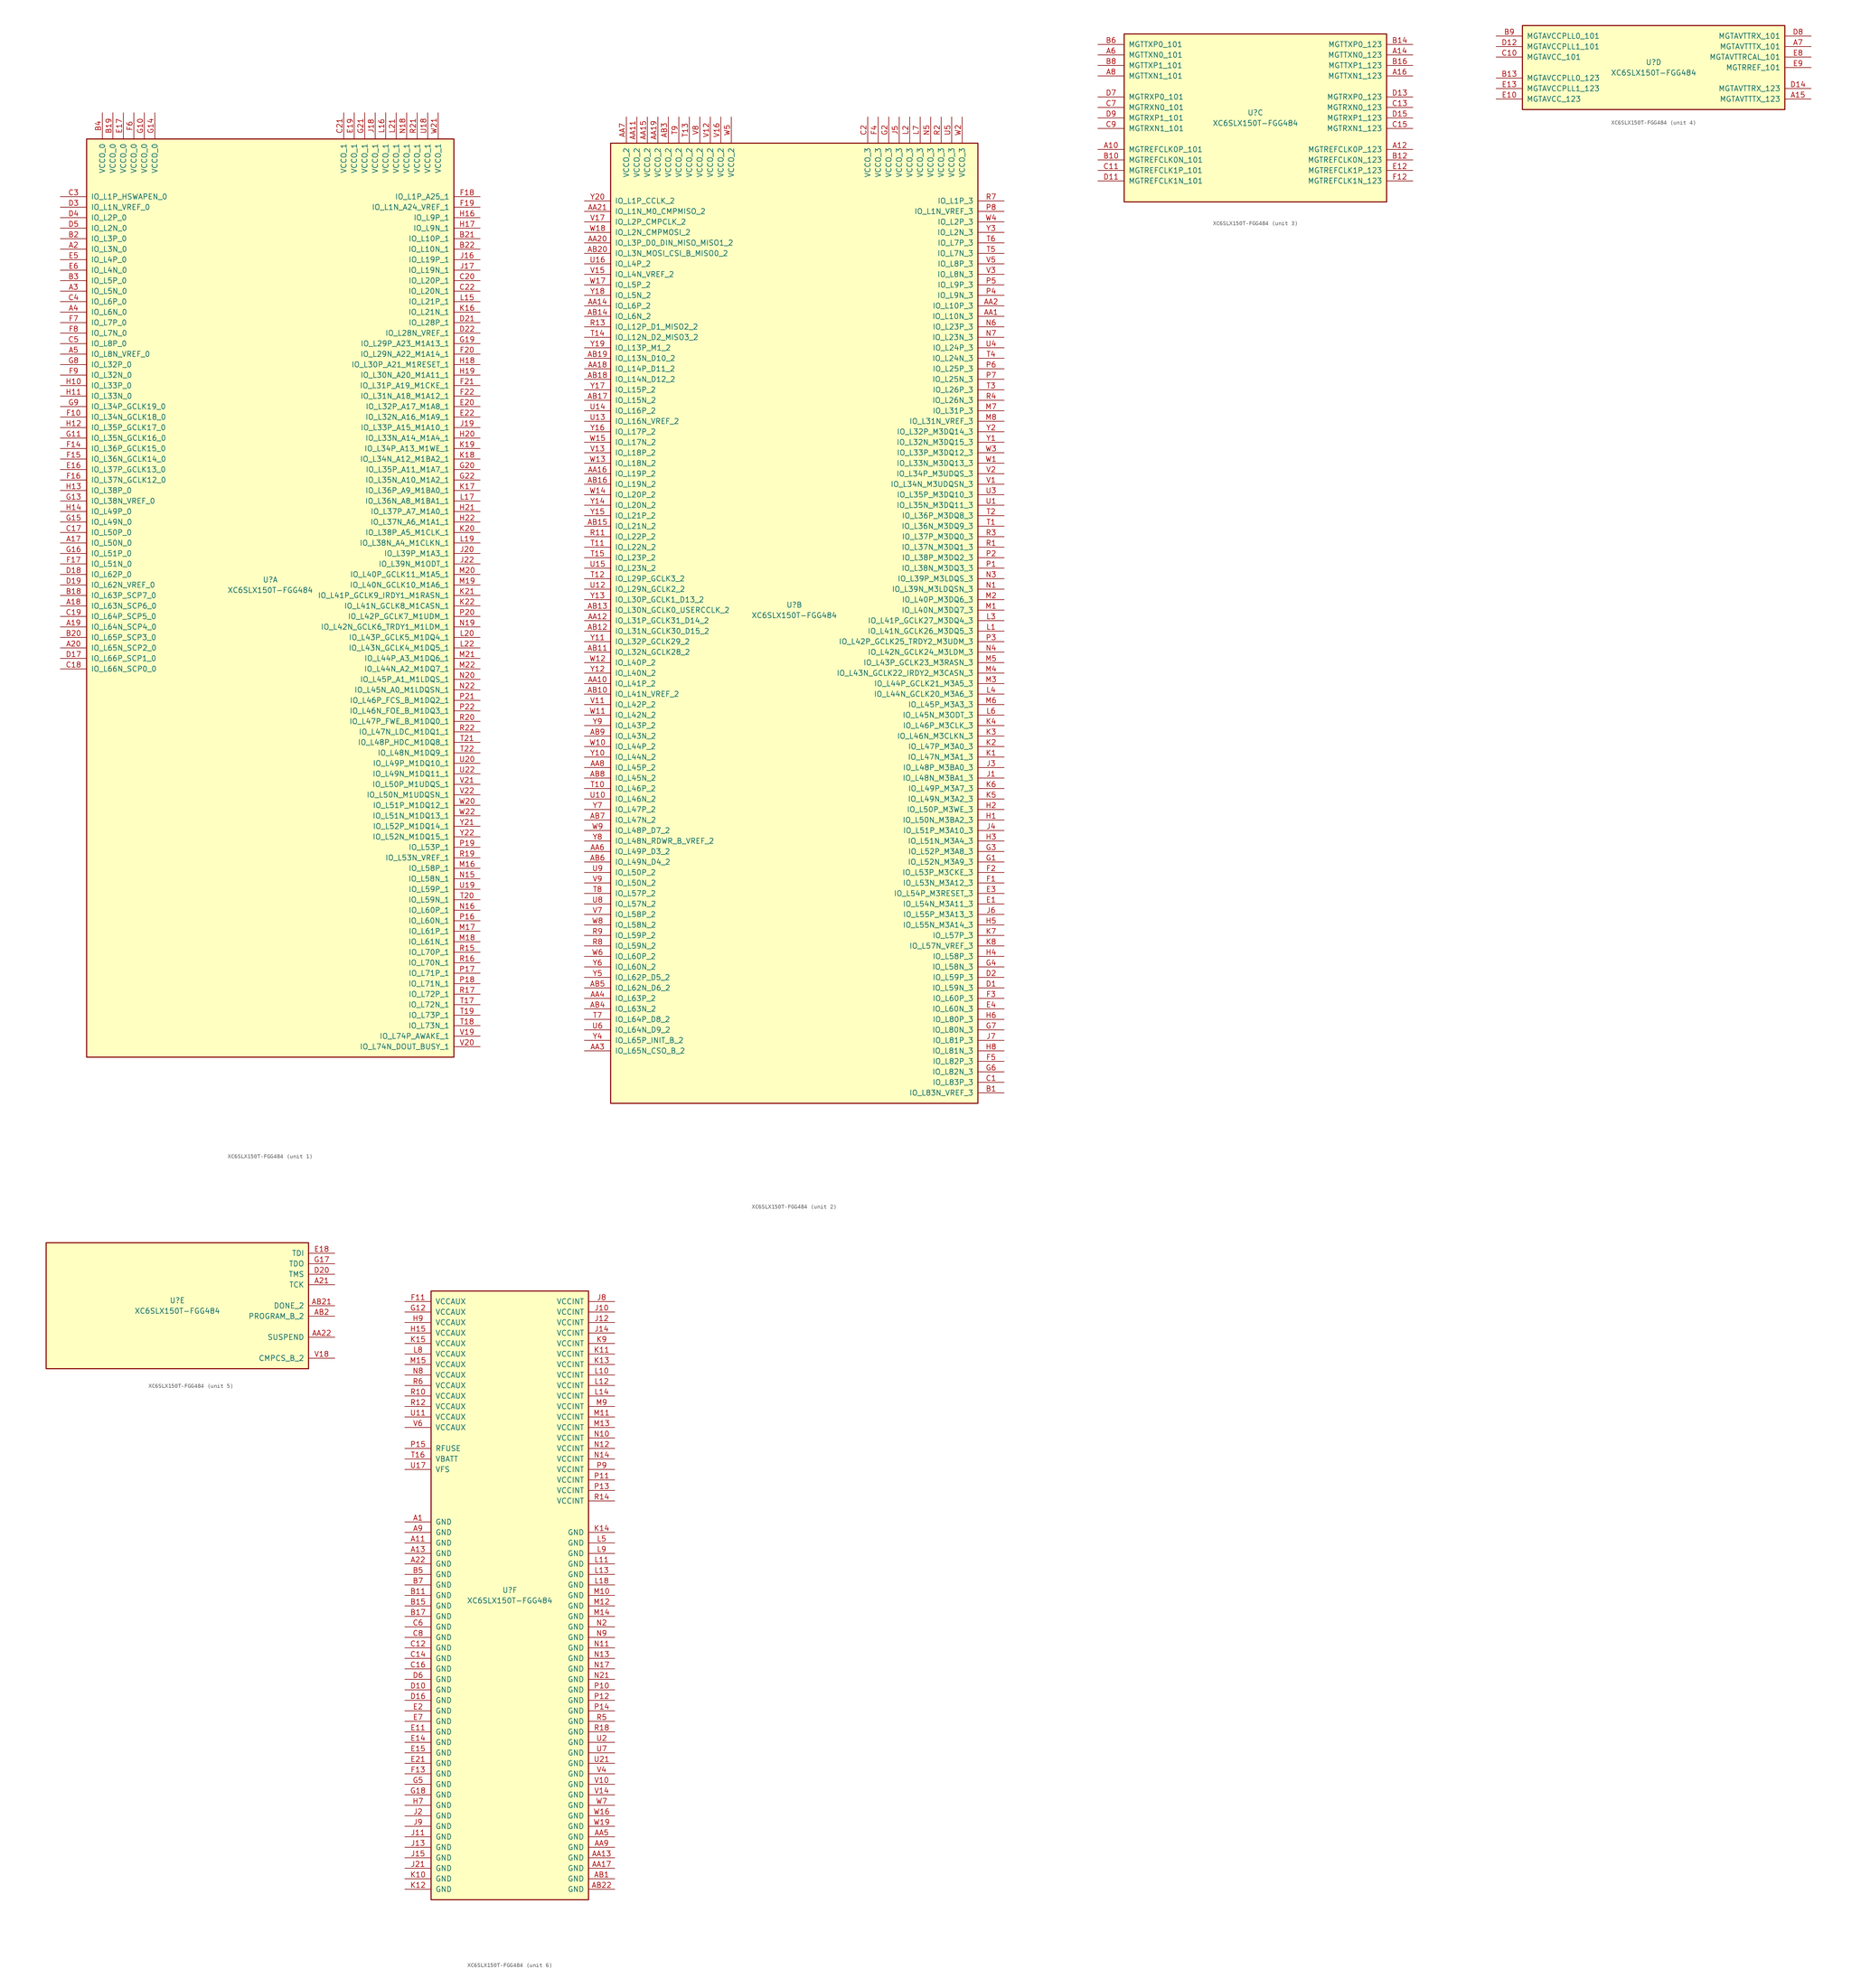
<source format=kicad_sym>
(kicad_symbol_lib
  (version 20220914)
  (generator kicad_symbol_editor)
  (symbol "XC6SLX150T-FGG484"
    (pin_names
      (offset 1.016))
    (property "Reference" "U"
      (at 0 1.27 0)
      (effects (font (size 1.27 1.27))))
    (property "Value" "XC6SLX150T-FGG484"
      (at 0 -1.27 0)
      (effects (font (size 1.27 1.27))))
    (property "Datasheet" ""
      (at 0 0 0)
      (effects (font (size 1.27 1.27))))
    (property "ki_locked" ""
      (at 0 0 0)
      (effects (font (size 1.27 1.27))))
    (symbol "XC6SLX150T-FGG484_1_1"
      (rectangle (start -44.45 107.95) (end 44.45 -114.3) (stroke (width 0.254) (type default)) (fill (type background)))
      (pin bidirectional line (at -50.8 10.16 0) (length 6.35) (name "IO_L50N_0" (effects (font (size 1.27 1.27)))) (number "A17" (effects (font (size 1.27 1.27)))))
      (pin bidirectional line (at -50.8 -5.08 0) (length 6.35) (name "IO_L63N_SCP6_0" (effects (font (size 1.27 1.27)))) (number "A18" (effects (font (size 1.27 1.27)))))
      (pin bidirectional line (at -50.8 -10.16 0) (length 6.35) (name "IO_L64N_SCP4_0" (effects (font (size 1.27 1.27)))) (number "A19" (effects (font (size 1.27 1.27)))))
      (pin bidirectional line (at -50.8 81.28 0) (length 6.35) (name "IO_L3N_0" (effects (font (size 1.27 1.27)))) (number "A2" (effects (font (size 1.27 1.27)))))
      (pin bidirectional line (at -50.8 -15.24 0) (length 6.35) (name "IO_L65N_SCP2_0" (effects (font (size 1.27 1.27)))) (number "A20" (effects (font (size 1.27 1.27)))))
      (pin bidirectional line (at -50.8 71.12 0) (length 6.35) (name "IO_L5N_0" (effects (font (size 1.27 1.27)))) (number "A3" (effects (font (size 1.27 1.27)))))
      (pin bidirectional line (at -50.8 66.04 0) (length 6.35) (name "IO_L6N_0" (effects (font (size 1.27 1.27)))) (number "A4" (effects (font (size 1.27 1.27)))))
      (pin bidirectional line (at -50.8 55.88 0) (length 6.35) (name "IO_L8N_VREF_0" (effects (font (size 1.27 1.27)))) (number "A5" (effects (font (size 1.27 1.27)))))
      (pin bidirectional line (at -50.8 -2.54 0) (length 6.35) (name "IO_L63P_SCP7_0" (effects (font (size 1.27 1.27)))) (number "B18" (effects (font (size 1.27 1.27)))))
      (pin power_in line (at -38.1 114.3 270) (length 6.35) (name "VCCO_0" (effects (font (size 1.27 1.27)))) (number "B19" (effects (font (size 1.27 1.27)))))
      (pin bidirectional line (at -50.8 83.82 0) (length 6.35) (name "IO_L3P_0" (effects (font (size 1.27 1.27)))) (number "B2" (effects (font (size 1.27 1.27)))))
      (pin bidirectional line (at -50.8 -12.7 0) (length 6.35) (name "IO_L65P_SCP3_0" (effects (font (size 1.27 1.27)))) (number "B20" (effects (font (size 1.27 1.27)))))
      (pin bidirectional line (at 50.8 83.82 180) (length 6.35) (name "IO_L10P_1" (effects (font (size 1.27 1.27)))) (number "B21" (effects (font (size 1.27 1.27)))))
      (pin bidirectional line (at 50.8 81.28 180) (length 6.35) (name "IO_L10N_1" (effects (font (size 1.27 1.27)))) (number "B22" (effects (font (size 1.27 1.27)))))
      (pin bidirectional line (at -50.8 73.66 0) (length 6.35) (name "IO_L5P_0" (effects (font (size 1.27 1.27)))) (number "B3" (effects (font (size 1.27 1.27)))))
      (pin power_in line (at -40.64 114.3 270) (length 6.35) (name "VCCO_0" (effects (font (size 1.27 1.27)))) (number "B4" (effects (font (size 1.27 1.27)))))
      (pin bidirectional line (at -50.8 12.7 0) (length 6.35) (name "IO_L50P_0" (effects (font (size 1.27 1.27)))) (number "C17" (effects (font (size 1.27 1.27)))))
      (pin bidirectional line (at -50.8 -20.32 0) (length 6.35) (name "IO_L66N_SCP0_0" (effects (font (size 1.27 1.27)))) (number "C18" (effects (font (size 1.27 1.27)))))
      (pin bidirectional line (at -50.8 -7.62 0) (length 6.35) (name "IO_L64P_SCP5_0" (effects (font (size 1.27 1.27)))) (number "C19" (effects (font (size 1.27 1.27)))))
      (pin bidirectional line (at 50.8 73.66 180) (length 6.35) (name "IO_L20P_1" (effects (font (size 1.27 1.27)))) (number "C20" (effects (font (size 1.27 1.27)))))
      (pin power_in line (at 17.78 114.3 270) (length 6.35) (name "VCCO_1" (effects (font (size 1.27 1.27)))) (number "C21" (effects (font (size 1.27 1.27)))))
      (pin bidirectional line (at 50.8 71.12 180) (length 6.35) (name "IO_L20N_1" (effects (font (size 1.27 1.27)))) (number "C22" (effects (font (size 1.27 1.27)))))
      (pin bidirectional line (at -50.8 93.98 0) (length 6.35) (name "IO_L1P_HSWAPEN_0" (effects (font (size 1.27 1.27)))) (number "C3" (effects (font (size 1.27 1.27)))))
      (pin bidirectional line (at -50.8 68.58 0) (length 6.35) (name "IO_L6P_0" (effects (font (size 1.27 1.27)))) (number "C4" (effects (font (size 1.27 1.27)))))
      (pin bidirectional line (at -50.8 58.42 0) (length 6.35) (name "IO_L8P_0" (effects (font (size 1.27 1.27)))) (number "C5" (effects (font (size 1.27 1.27)))))
      (pin bidirectional line (at -50.8 -17.78 0) (length 6.35) (name "IO_L66P_SCP1_0" (effects (font (size 1.27 1.27)))) (number "D17" (effects (font (size 1.27 1.27)))))
      (pin bidirectional line (at -50.8 2.54 0) (length 6.35) (name "IO_L62P_0" (effects (font (size 1.27 1.27)))) (number "D18" (effects (font (size 1.27 1.27)))))
      (pin bidirectional line (at -50.8 0 0) (length 6.35) (name "IO_L62N_VREF_0" (effects (font (size 1.27 1.27)))) (number "D19" (effects (font (size 1.27 1.27)))))
      (pin bidirectional line (at 50.8 63.5 180) (length 6.35) (name "IO_L28P_1" (effects (font (size 1.27 1.27)))) (number "D21" (effects (font (size 1.27 1.27)))))
      (pin bidirectional line (at 50.8 60.96 180) (length 6.35) (name "IO_L28N_VREF_1" (effects (font (size 1.27 1.27)))) (number "D22" (effects (font (size 1.27 1.27)))))
      (pin bidirectional line (at -50.8 91.44 0) (length 6.35) (name "IO_L1N_VREF_0" (effects (font (size 1.27 1.27)))) (number "D3" (effects (font (size 1.27 1.27)))))
      (pin bidirectional line (at -50.8 88.9 0) (length 6.35) (name "IO_L2P_0" (effects (font (size 1.27 1.27)))) (number "D4" (effects (font (size 1.27 1.27)))))
      (pin bidirectional line (at -50.8 86.36 0) (length 6.35) (name "IO_L2N_0" (effects (font (size 1.27 1.27)))) (number "D5" (effects (font (size 1.27 1.27)))))
      (pin bidirectional line (at -50.8 27.94 0) (length 6.35) (name "IO_L37P_GCLK13_0" (effects (font (size 1.27 1.27)))) (number "E16" (effects (font (size 1.27 1.27)))))
      (pin power_in line (at -35.56 114.3 270) (length 6.35) (name "VCCO_0" (effects (font (size 1.27 1.27)))) (number "E17" (effects (font (size 1.27 1.27)))))
      (pin power_in line (at 20.32 114.3 270) (length 6.35) (name "VCCO_1" (effects (font (size 1.27 1.27)))) (number "E19" (effects (font (size 1.27 1.27)))))
      (pin bidirectional line (at 50.8 43.18 180) (length 6.35) (name "IO_L32P_A17_M1A8_1" (effects (font (size 1.27 1.27)))) (number "E20" (effects (font (size 1.27 1.27)))))
      (pin bidirectional line (at 50.8 40.64 180) (length 6.35) (name "IO_L32N_A16_M1A9_1" (effects (font (size 1.27 1.27)))) (number "E22" (effects (font (size 1.27 1.27)))))
      (pin bidirectional line (at -50.8 78.74 0) (length 6.35) (name "IO_L4P_0" (effects (font (size 1.27 1.27)))) (number "E5" (effects (font (size 1.27 1.27)))))
      (pin bidirectional line (at -50.8 76.2 0) (length 6.35) (name "IO_L4N_0" (effects (font (size 1.27 1.27)))) (number "E6" (effects (font (size 1.27 1.27)))))
      (pin bidirectional line (at -50.8 40.64 0) (length 6.35) (name "IO_L34N_GCLK18_0" (effects (font (size 1.27 1.27)))) (number "F10" (effects (font (size 1.27 1.27)))))
      (pin bidirectional line (at -50.8 33.02 0) (length 6.35) (name "IO_L36P_GCLK15_0" (effects (font (size 1.27 1.27)))) (number "F14" (effects (font (size 1.27 1.27)))))
      (pin bidirectional line (at -50.8 30.48 0) (length 6.35) (name "IO_L36N_GCLK14_0" (effects (font (size 1.27 1.27)))) (number "F15" (effects (font (size 1.27 1.27)))))
      (pin bidirectional line (at -50.8 25.4 0) (length 6.35) (name "IO_L37N_GCLK12_0" (effects (font (size 1.27 1.27)))) (number "F16" (effects (font (size 1.27 1.27)))))
      (pin bidirectional line (at -50.8 5.08 0) (length 6.35) (name "IO_L51N_0" (effects (font (size 1.27 1.27)))) (number "F17" (effects (font (size 1.27 1.27)))))
      (pin bidirectional line (at 50.8 93.98 180) (length 6.35) (name "IO_L1P_A25_1" (effects (font (size 1.27 1.27)))) (number "F18" (effects (font (size 1.27 1.27)))))
      (pin bidirectional line (at 50.8 91.44 180) (length 6.35) (name "IO_L1N_A24_VREF_1" (effects (font (size 1.27 1.27)))) (number "F19" (effects (font (size 1.27 1.27)))))
      (pin bidirectional line (at 50.8 55.88 180) (length 6.35) (name "IO_L29N_A22_M1A14_1" (effects (font (size 1.27 1.27)))) (number "F20" (effects (font (size 1.27 1.27)))))
      (pin bidirectional line (at 50.8 48.26 180) (length 6.35) (name "IO_L31P_A19_M1CKE_1" (effects (font (size 1.27 1.27)))) (number "F21" (effects (font (size 1.27 1.27)))))
      (pin bidirectional line (at 50.8 45.72 180) (length 6.35) (name "IO_L31N_A18_M1A12_1" (effects (font (size 1.27 1.27)))) (number "F22" (effects (font (size 1.27 1.27)))))
      (pin power_in line (at -33.02 114.3 270) (length 6.35) (name "VCCO_0" (effects (font (size 1.27 1.27)))) (number "F6" (effects (font (size 1.27 1.27)))))
      (pin bidirectional line (at -50.8 63.5 0) (length 6.35) (name "IO_L7P_0" (effects (font (size 1.27 1.27)))) (number "F7" (effects (font (size 1.27 1.27)))))
      (pin bidirectional line (at -50.8 60.96 0) (length 6.35) (name "IO_L7N_0" (effects (font (size 1.27 1.27)))) (number "F8" (effects (font (size 1.27 1.27)))))
      (pin bidirectional line (at -50.8 50.8 0) (length 6.35) (name "IO_L32N_0" (effects (font (size 1.27 1.27)))) (number "F9" (effects (font (size 1.27 1.27)))))
      (pin power_in line (at -30.48 114.3 270) (length 6.35) (name "VCCO_0" (effects (font (size 1.27 1.27)))) (number "G10" (effects (font (size 1.27 1.27)))))
      (pin bidirectional line (at -50.8 35.56 0) (length 6.35) (name "IO_L35N_GCLK16_0" (effects (font (size 1.27 1.27)))) (number "G11" (effects (font (size 1.27 1.27)))))
      (pin bidirectional line (at -50.8 20.32 0) (length 6.35) (name "IO_L38N_VREF_0" (effects (font (size 1.27 1.27)))) (number "G13" (effects (font (size 1.27 1.27)))))
      (pin power_in line (at -27.94 114.3 270) (length 6.35) (name "VCCO_0" (effects (font (size 1.27 1.27)))) (number "G14" (effects (font (size 1.27 1.27)))))
      (pin bidirectional line (at -50.8 15.24 0) (length 6.35) (name "IO_L49N_0" (effects (font (size 1.27 1.27)))) (number "G15" (effects (font (size 1.27 1.27)))))
      (pin bidirectional line (at -50.8 7.62 0) (length 6.35) (name "IO_L51P_0" (effects (font (size 1.27 1.27)))) (number "G16" (effects (font (size 1.27 1.27)))))
      (pin bidirectional line (at 50.8 58.42 180) (length 6.35) (name "IO_L29P_A23_M1A13_1" (effects (font (size 1.27 1.27)))) (number "G19" (effects (font (size 1.27 1.27)))))
      (pin bidirectional line (at 50.8 27.94 180) (length 6.35) (name "IO_L35P_A11_M1A7_1" (effects (font (size 1.27 1.27)))) (number "G20" (effects (font (size 1.27 1.27)))))
      (pin power_in line (at 22.86 114.3 270) (length 6.35) (name "VCCO_1" (effects (font (size 1.27 1.27)))) (number "G21" (effects (font (size 1.27 1.27)))))
      (pin bidirectional line (at 50.8 25.4 180) (length 6.35) (name "IO_L35N_A10_M1A2_1" (effects (font (size 1.27 1.27)))) (number "G22" (effects (font (size 1.27 1.27)))))
      (pin bidirectional line (at -50.8 53.34 0) (length 6.35) (name "IO_L32P_0" (effects (font (size 1.27 1.27)))) (number "G8" (effects (font (size 1.27 1.27)))))
      (pin bidirectional line (at -50.8 43.18 0) (length 6.35) (name "IO_L34P_GCLK19_0" (effects (font (size 1.27 1.27)))) (number "G9" (effects (font (size 1.27 1.27)))))
      (pin bidirectional line (at -50.8 48.26 0) (length 6.35) (name "IO_L33P_0" (effects (font (size 1.27 1.27)))) (number "H10" (effects (font (size 1.27 1.27)))))
      (pin bidirectional line (at -50.8 45.72 0) (length 6.35) (name "IO_L33N_0" (effects (font (size 1.27 1.27)))) (number "H11" (effects (font (size 1.27 1.27)))))
      (pin bidirectional line (at -50.8 38.1 0) (length 6.35) (name "IO_L35P_GCLK17_0" (effects (font (size 1.27 1.27)))) (number "H12" (effects (font (size 1.27 1.27)))))
      (pin bidirectional line (at -50.8 22.86 0) (length 6.35) (name "IO_L38P_0" (effects (font (size 1.27 1.27)))) (number "H13" (effects (font (size 1.27 1.27)))))
      (pin bidirectional line (at -50.8 17.78 0) (length 6.35) (name "IO_L49P_0" (effects (font (size 1.27 1.27)))) (number "H14" (effects (font (size 1.27 1.27)))))
      (pin bidirectional line (at 50.8 88.9 180) (length 6.35) (name "IO_L9P_1" (effects (font (size 1.27 1.27)))) (number "H16" (effects (font (size 1.27 1.27)))))
      (pin bidirectional line (at 50.8 86.36 180) (length 6.35) (name "IO_L9N_1" (effects (font (size 1.27 1.27)))) (number "H17" (effects (font (size 1.27 1.27)))))
      (pin bidirectional line (at 50.8 53.34 180) (length 6.35) (name "IO_L30P_A21_M1RESET_1" (effects (font (size 1.27 1.27)))) (number "H18" (effects (font (size 1.27 1.27)))))
      (pin bidirectional line (at 50.8 50.8 180) (length 6.35) (name "IO_L30N_A20_M1A11_1" (effects (font (size 1.27 1.27)))) (number "H19" (effects (font (size 1.27 1.27)))))
      (pin bidirectional line (at 50.8 35.56 180) (length 6.35) (name "IO_L33N_A14_M1A4_1" (effects (font (size 1.27 1.27)))) (number "H20" (effects (font (size 1.27 1.27)))))
      (pin bidirectional line (at 50.8 17.78 180) (length 6.35) (name "IO_L37P_A7_M1A0_1" (effects (font (size 1.27 1.27)))) (number "H21" (effects (font (size 1.27 1.27)))))
      (pin bidirectional line (at 50.8 15.24 180) (length 6.35) (name "IO_L37N_A6_M1A1_1" (effects (font (size 1.27 1.27)))) (number "H22" (effects (font (size 1.27 1.27)))))
      (pin bidirectional line (at 50.8 78.74 180) (length 6.35) (name "IO_L19P_1" (effects (font (size 1.27 1.27)))) (number "J16" (effects (font (size 1.27 1.27)))))
      (pin bidirectional line (at 50.8 76.2 180) (length 6.35) (name "IO_L19N_1" (effects (font (size 1.27 1.27)))) (number "J17" (effects (font (size 1.27 1.27)))))
      (pin power_in line (at 25.4 114.3 270) (length 6.35) (name "VCCO_1" (effects (font (size 1.27 1.27)))) (number "J18" (effects (font (size 1.27 1.27)))))
      (pin bidirectional line (at 50.8 38.1 180) (length 6.35) (name "IO_L33P_A15_M1A10_1" (effects (font (size 1.27 1.27)))) (number "J19" (effects (font (size 1.27 1.27)))))
      (pin bidirectional line (at 50.8 7.62 180) (length 6.35) (name "IO_L39P_M1A3_1" (effects (font (size 1.27 1.27)))) (number "J20" (effects (font (size 1.27 1.27)))))
      (pin bidirectional line (at 50.8 5.08 180) (length 6.35) (name "IO_L39N_M1ODT_1" (effects (font (size 1.27 1.27)))) (number "J22" (effects (font (size 1.27 1.27)))))
      (pin bidirectional line (at 50.8 66.04 180) (length 6.35) (name "IO_L21N_1" (effects (font (size 1.27 1.27)))) (number "K16" (effects (font (size 1.27 1.27)))))
      (pin bidirectional line (at 50.8 22.86 180) (length 6.35) (name "IO_L36P_A9_M1BA0_1" (effects (font (size 1.27 1.27)))) (number "K17" (effects (font (size 1.27 1.27)))))
      (pin bidirectional line (at 50.8 30.48 180) (length 6.35) (name "IO_L34N_A12_M1BA2_1" (effects (font (size 1.27 1.27)))) (number "K18" (effects (font (size 1.27 1.27)))))
      (pin bidirectional line (at 50.8 33.02 180) (length 6.35) (name "IO_L34P_A13_M1WE_1" (effects (font (size 1.27 1.27)))) (number "K19" (effects (font (size 1.27 1.27)))))
      (pin bidirectional line (at 50.8 12.7 180) (length 6.35) (name "IO_L38P_A5_M1CLK_1" (effects (font (size 1.27 1.27)))) (number "K20" (effects (font (size 1.27 1.27)))))
      (pin bidirectional line (at 50.8 -2.54 180) (length 6.35) (name "IO_L41P_GCLK9_IRDY1_M1RASN_1" (effects (font (size 1.27 1.27)))) (number "K21" (effects (font (size 1.27 1.27)))))
      (pin bidirectional line (at 50.8 -5.08 180) (length 6.35) (name "IO_L41N_GCLK8_M1CASN_1" (effects (font (size 1.27 1.27)))) (number "K22" (effects (font (size 1.27 1.27)))))
      (pin bidirectional line (at 50.8 68.58 180) (length 6.35) (name "IO_L21P_1" (effects (font (size 1.27 1.27)))) (number "L15" (effects (font (size 1.27 1.27)))))
      (pin power_in line (at 27.94 114.3 270) (length 6.35) (name "VCCO_1" (effects (font (size 1.27 1.27)))) (number "L16" (effects (font (size 1.27 1.27)))))
      (pin bidirectional line (at 50.8 20.32 180) (length 6.35) (name "IO_L36N_A8_M1BA1_1" (effects (font (size 1.27 1.27)))) (number "L17" (effects (font (size 1.27 1.27)))))
      (pin bidirectional line (at 50.8 10.16 180) (length 6.35) (name "IO_L38N_A4_M1CLKN_1" (effects (font (size 1.27 1.27)))) (number "L19" (effects (font (size 1.27 1.27)))))
      (pin bidirectional line (at 50.8 -12.7 180) (length 6.35) (name "IO_L43P_GCLK5_M1DQ4_1" (effects (font (size 1.27 1.27)))) (number "L20" (effects (font (size 1.27 1.27)))))
      (pin power_in line (at 30.48 114.3 270) (length 6.35) (name "VCCO_1" (effects (font (size 1.27 1.27)))) (number "L21" (effects (font (size 1.27 1.27)))))
      (pin bidirectional line (at 50.8 -15.24 180) (length 6.35) (name "IO_L43N_GCLK4_M1DQ5_1" (effects (font (size 1.27 1.27)))) (number "L22" (effects (font (size 1.27 1.27)))))
      (pin bidirectional line (at 50.8 -68.58 180) (length 6.35) (name "IO_L58P_1" (effects (font (size 1.27 1.27)))) (number "M16" (effects (font (size 1.27 1.27)))))
      (pin bidirectional line (at 50.8 -83.82 180) (length 6.35) (name "IO_L61P_1" (effects (font (size 1.27 1.27)))) (number "M17" (effects (font (size 1.27 1.27)))))
      (pin bidirectional line (at 50.8 -86.36 180) (length 6.35) (name "IO_L61N_1" (effects (font (size 1.27 1.27)))) (number "M18" (effects (font (size 1.27 1.27)))))
      (pin bidirectional line (at 50.8 0 180) (length 6.35) (name "IO_L40N_GCLK10_M1A6_1" (effects (font (size 1.27 1.27)))) (number "M19" (effects (font (size 1.27 1.27)))))
      (pin bidirectional line (at 50.8 2.54 180) (length 6.35) (name "IO_L40P_GCLK11_M1A5_1" (effects (font (size 1.27 1.27)))) (number "M20" (effects (font (size 1.27 1.27)))))
      (pin bidirectional line (at 50.8 -17.78 180) (length 6.35) (name "IO_L44P_A3_M1DQ6_1" (effects (font (size 1.27 1.27)))) (number "M21" (effects (font (size 1.27 1.27)))))
      (pin bidirectional line (at 50.8 -20.32 180) (length 6.35) (name "IO_L44N_A2_M1DQ7_1" (effects (font (size 1.27 1.27)))) (number "M22" (effects (font (size 1.27 1.27)))))
      (pin bidirectional line (at 50.8 -71.12 180) (length 6.35) (name "IO_L58N_1" (effects (font (size 1.27 1.27)))) (number "N15" (effects (font (size 1.27 1.27)))))
      (pin bidirectional line (at 50.8 -78.74 180) (length 6.35) (name "IO_L60P_1" (effects (font (size 1.27 1.27)))) (number "N16" (effects (font (size 1.27 1.27)))))
      (pin power_in line (at 33.02 114.3 270) (length 6.35) (name "VCCO_1" (effects (font (size 1.27 1.27)))) (number "N18" (effects (font (size 1.27 1.27)))))
      (pin bidirectional line (at 50.8 -10.16 180) (length 6.35) (name "IO_L42N_GCLK6_TRDY1_M1LDM_1" (effects (font (size 1.27 1.27)))) (number "N19" (effects (font (size 1.27 1.27)))))
      (pin bidirectional line (at 50.8 -22.86 180) (length 6.35) (name "IO_L45P_A1_M1LDQS_1" (effects (font (size 1.27 1.27)))) (number "N20" (effects (font (size 1.27 1.27)))))
      (pin bidirectional line (at 50.8 -25.4 180) (length 6.35) (name "IO_L45N_A0_M1LDQSN_1" (effects (font (size 1.27 1.27)))) (number "N22" (effects (font (size 1.27 1.27)))))
      (pin bidirectional line (at 50.8 -81.28 180) (length 6.35) (name "IO_L60N_1" (effects (font (size 1.27 1.27)))) (number "P16" (effects (font (size 1.27 1.27)))))
      (pin bidirectional line (at 50.8 -93.98 180) (length 6.35) (name "IO_L71P_1" (effects (font (size 1.27 1.27)))) (number "P17" (effects (font (size 1.27 1.27)))))
      (pin bidirectional line (at 50.8 -96.52 180) (length 6.35) (name "IO_L71N_1" (effects (font (size 1.27 1.27)))) (number "P18" (effects (font (size 1.27 1.27)))))
      (pin bidirectional line (at 50.8 -63.5 180) (length 6.35) (name "IO_L53P_1" (effects (font (size 1.27 1.27)))) (number "P19" (effects (font (size 1.27 1.27)))))
      (pin bidirectional line (at 50.8 -7.62 180) (length 6.35) (name "IO_L42P_GCLK7_M1UDM_1" (effects (font (size 1.27 1.27)))) (number "P20" (effects (font (size 1.27 1.27)))))
      (pin bidirectional line (at 50.8 -27.94 180) (length 6.35) (name "IO_L46P_FCS_B_M1DQ2_1" (effects (font (size 1.27 1.27)))) (number "P21" (effects (font (size 1.27 1.27)))))
      (pin bidirectional line (at 50.8 -30.48 180) (length 6.35) (name "IO_L46N_FOE_B_M1DQ3_1" (effects (font (size 1.27 1.27)))) (number "P22" (effects (font (size 1.27 1.27)))))
      (pin bidirectional line (at 50.8 -88.9 180) (length 6.35) (name "IO_L70P_1" (effects (font (size 1.27 1.27)))) (number "R15" (effects (font (size 1.27 1.27)))))
      (pin bidirectional line (at 50.8 -91.44 180) (length 6.35) (name "IO_L70N_1" (effects (font (size 1.27 1.27)))) (number "R16" (effects (font (size 1.27 1.27)))))
      (pin bidirectional line (at 50.8 -99.06 180) (length 6.35) (name "IO_L72P_1" (effects (font (size 1.27 1.27)))) (number "R17" (effects (font (size 1.27 1.27)))))
      (pin bidirectional line (at 50.8 -66.04 180) (length 6.35) (name "IO_L53N_VREF_1" (effects (font (size 1.27 1.27)))) (number "R19" (effects (font (size 1.27 1.27)))))
      (pin bidirectional line (at 50.8 -33.02 180) (length 6.35) (name "IO_L47P_FWE_B_M1DQ0_1" (effects (font (size 1.27 1.27)))) (number "R20" (effects (font (size 1.27 1.27)))))
      (pin power_in line (at 35.56 114.3 270) (length 6.35) (name "VCCO_1" (effects (font (size 1.27 1.27)))) (number "R21" (effects (font (size 1.27 1.27)))))
      (pin bidirectional line (at 50.8 -35.56 180) (length 6.35) (name "IO_L47N_LDC_M1DQ1_1" (effects (font (size 1.27 1.27)))) (number "R22" (effects (font (size 1.27 1.27)))))
      (pin bidirectional line (at 50.8 -101.6 180) (length 6.35) (name "IO_L72N_1" (effects (font (size 1.27 1.27)))) (number "T17" (effects (font (size 1.27 1.27)))))
      (pin bidirectional line (at 50.8 -106.68 180) (length 6.35) (name "IO_L73N_1" (effects (font (size 1.27 1.27)))) (number "T18" (effects (font (size 1.27 1.27)))))
      (pin bidirectional line (at 50.8 -104.14 180) (length 6.35) (name "IO_L73P_1" (effects (font (size 1.27 1.27)))) (number "T19" (effects (font (size 1.27 1.27)))))
      (pin bidirectional line (at 50.8 -76.2 180) (length 6.35) (name "IO_L59N_1" (effects (font (size 1.27 1.27)))) (number "T20" (effects (font (size 1.27 1.27)))))
      (pin bidirectional line (at 50.8 -38.1 180) (length 6.35) (name "IO_L48P_HDC_M1DQ8_1" (effects (font (size 1.27 1.27)))) (number "T21" (effects (font (size 1.27 1.27)))))
      (pin bidirectional line (at 50.8 -40.64 180) (length 6.35) (name "IO_L48N_M1DQ9_1" (effects (font (size 1.27 1.27)))) (number "T22" (effects (font (size 1.27 1.27)))))
      (pin power_in line (at 38.1 114.3 270) (length 6.35) (name "VCCO_1" (effects (font (size 1.27 1.27)))) (number "U18" (effects (font (size 1.27 1.27)))))
      (pin bidirectional line (at 50.8 -73.66 180) (length 6.35) (name "IO_L59P_1" (effects (font (size 1.27 1.27)))) (number "U19" (effects (font (size 1.27 1.27)))))
      (pin bidirectional line (at 50.8 -43.18 180) (length 6.35) (name "IO_L49P_M1DQ10_1" (effects (font (size 1.27 1.27)))) (number "U20" (effects (font (size 1.27 1.27)))))
      (pin bidirectional line (at 50.8 -45.72 180) (length 6.35) (name "IO_L49N_M1DQ11_1" (effects (font (size 1.27 1.27)))) (number "U22" (effects (font (size 1.27 1.27)))))
      (pin bidirectional line (at 50.8 -109.22 180) (length 6.35) (name "IO_L74P_AWAKE_1" (effects (font (size 1.27 1.27)))) (number "V19" (effects (font (size 1.27 1.27)))))
      (pin bidirectional line (at 50.8 -111.76 180) (length 6.35) (name "IO_L74N_DOUT_BUSY_1" (effects (font (size 1.27 1.27)))) (number "V20" (effects (font (size 1.27 1.27)))))
      (pin bidirectional line (at 50.8 -48.26 180) (length 6.35) (name "IO_L50P_M1UDQS_1" (effects (font (size 1.27 1.27)))) (number "V21" (effects (font (size 1.27 1.27)))))
      (pin bidirectional line (at 50.8 -50.8 180) (length 6.35) (name "IO_L50N_M1UDQSN_1" (effects (font (size 1.27 1.27)))) (number "V22" (effects (font (size 1.27 1.27)))))
      (pin bidirectional line (at 50.8 -53.34 180) (length 6.35) (name "IO_L51P_M1DQ12_1" (effects (font (size 1.27 1.27)))) (number "W20" (effects (font (size 1.27 1.27)))))
      (pin power_in line (at 40.64 114.3 270) (length 6.35) (name "VCCO_1" (effects (font (size 1.27 1.27)))) (number "W21" (effects (font (size 1.27 1.27)))))
      (pin bidirectional line (at 50.8 -55.88 180) (length 6.35) (name "IO_L51N_M1DQ13_1" (effects (font (size 1.27 1.27)))) (number "W22" (effects (font (size 1.27 1.27)))))
      (pin bidirectional line (at 50.8 -58.42 180) (length 6.35) (name "IO_L52P_M1DQ14_1" (effects (font (size 1.27 1.27)))) (number "Y21" (effects (font (size 1.27 1.27)))))
      (pin bidirectional line (at 50.8 -60.96 180) (length 6.35) (name "IO_L52N_M1DQ15_1" (effects (font (size 1.27 1.27)))) (number "Y22" (effects (font (size 1.27 1.27))))))
    (symbol "XC6SLX150T-FGG484_2_1"
      (rectangle (start -44.45 113.03) (end 44.45 -119.38) (stroke (width 0.254) (type default)) (fill (type background)))
      (pin bidirectional line (at 50.8 71.12 180) (length 6.35) (name "IO_L10N_3" (effects (font (size 1.27 1.27)))) (number "AA1" (effects (font (size 1.27 1.27)))))
      (pin bidirectional line (at -50.8 -17.78 0) (length 6.35) (name "IO_L41P_2" (effects (font (size 1.27 1.27)))) (number "AA10" (effects (font (size 1.27 1.27)))))
      (pin power_in line (at -38.1 119.38 270) (length 6.35) (name "VCCO_2" (effects (font (size 1.27 1.27)))) (number "AA11" (effects (font (size 1.27 1.27)))))
      (pin bidirectional line (at -50.8 -2.54 0) (length 6.35) (name "IO_L31P_GCLK31_D14_2" (effects (font (size 1.27 1.27)))) (number "AA12" (effects (font (size 1.27 1.27)))))
      (pin bidirectional line (at -50.8 73.66 0) (length 6.35) (name "IO_L6P_2" (effects (font (size 1.27 1.27)))) (number "AA14" (effects (font (size 1.27 1.27)))))
      (pin power_in line (at -35.56 119.38 270) (length 6.35) (name "VCCO_2" (effects (font (size 1.27 1.27)))) (number "AA15" (effects (font (size 1.27 1.27)))))
      (pin bidirectional line (at -50.8 33.02 0) (length 6.35) (name "IO_L19P_2" (effects (font (size 1.27 1.27)))) (number "AA16" (effects (font (size 1.27 1.27)))))
      (pin bidirectional line (at -50.8 58.42 0) (length 6.35) (name "IO_L14P_D11_2" (effects (font (size 1.27 1.27)))) (number "AA18" (effects (font (size 1.27 1.27)))))
      (pin power_in line (at -33.02 119.38 270) (length 6.35) (name "VCCO_2" (effects (font (size 1.27 1.27)))) (number "AA19" (effects (font (size 1.27 1.27)))))
      (pin bidirectional line (at 50.8 73.66 180) (length 6.35) (name "IO_L10P_3" (effects (font (size 1.27 1.27)))) (number "AA2" (effects (font (size 1.27 1.27)))))
      (pin bidirectional line (at -50.8 88.9 0) (length 6.35) (name "IO_L3P_D0_DIN_MISO_MISO1_2" (effects (font (size 1.27 1.27)))) (number "AA20" (effects (font (size 1.27 1.27)))))
      (pin bidirectional line (at -50.8 96.52 0) (length 6.35) (name "IO_L1N_M0_CMPMISO_2" (effects (font (size 1.27 1.27)))) (number "AA21" (effects (font (size 1.27 1.27)))))
      (pin bidirectional line (at -50.8 -106.68 0) (length 6.35) (name "IO_L65N_CSO_B_2" (effects (font (size 1.27 1.27)))) (number "AA3" (effects (font (size 1.27 1.27)))))
      (pin bidirectional line (at -50.8 -93.98 0) (length 6.35) (name "IO_L63P_2" (effects (font (size 1.27 1.27)))) (number "AA4" (effects (font (size 1.27 1.27)))))
      (pin bidirectional line (at -50.8 -58.42 0) (length 6.35) (name "IO_L49P_D3_2" (effects (font (size 1.27 1.27)))) (number "AA6" (effects (font (size 1.27 1.27)))))
      (pin power_in line (at -40.64 119.38 270) (length 6.35) (name "VCCO_2" (effects (font (size 1.27 1.27)))) (number "AA7" (effects (font (size 1.27 1.27)))))
      (pin bidirectional line (at -50.8 -38.1 0) (length 6.35) (name "IO_L45P_2" (effects (font (size 1.27 1.27)))) (number "AA8" (effects (font (size 1.27 1.27)))))
      (pin bidirectional line (at -50.8 -20.32 0) (length 6.35) (name "IO_L41N_VREF_2" (effects (font (size 1.27 1.27)))) (number "AB10" (effects (font (size 1.27 1.27)))))
      (pin bidirectional line (at -50.8 -10.16 0) (length 6.35) (name "IO_L32N_GCLK28_2" (effects (font (size 1.27 1.27)))) (number "AB11" (effects (font (size 1.27 1.27)))))
      (pin bidirectional line (at -50.8 -5.08 0) (length 6.35) (name "IO_L31N_GCLK30_D15_2" (effects (font (size 1.27 1.27)))) (number "AB12" (effects (font (size 1.27 1.27)))))
      (pin bidirectional line (at -50.8 0 0) (length 6.35) (name "IO_L30N_GCLK0_USERCCLK_2" (effects (font (size 1.27 1.27)))) (number "AB13" (effects (font (size 1.27 1.27)))))
      (pin bidirectional line (at -50.8 71.12 0) (length 6.35) (name "IO_L6N_2" (effects (font (size 1.27 1.27)))) (number "AB14" (effects (font (size 1.27 1.27)))))
      (pin bidirectional line (at -50.8 20.32 0) (length 6.35) (name "IO_L21N_2" (effects (font (size 1.27 1.27)))) (number "AB15" (effects (font (size 1.27 1.27)))))
      (pin bidirectional line (at -50.8 30.48 0) (length 6.35) (name "IO_L19N_2" (effects (font (size 1.27 1.27)))) (number "AB16" (effects (font (size 1.27 1.27)))))
      (pin bidirectional line (at -50.8 50.8 0) (length 6.35) (name "IO_L15N_2" (effects (font (size 1.27 1.27)))) (number "AB17" (effects (font (size 1.27 1.27)))))
      (pin bidirectional line (at -50.8 55.88 0) (length 6.35) (name "IO_L14N_D12_2" (effects (font (size 1.27 1.27)))) (number "AB18" (effects (font (size 1.27 1.27)))))
      (pin bidirectional line (at -50.8 60.96 0) (length 6.35) (name "IO_L13N_D10_2" (effects (font (size 1.27 1.27)))) (number "AB19" (effects (font (size 1.27 1.27)))))
      (pin bidirectional line (at -50.8 86.36 0) (length 6.35) (name "IO_L3N_MOSI_CSI_B_MISO0_2" (effects (font (size 1.27 1.27)))) (number "AB20" (effects (font (size 1.27 1.27)))))
      (pin power_in line (at -30.48 119.38 270) (length 6.35) (name "VCCO_2" (effects (font (size 1.27 1.27)))) (number "AB3" (effects (font (size 1.27 1.27)))))
      (pin bidirectional line (at -50.8 -96.52 0) (length 6.35) (name "IO_L63N_2" (effects (font (size 1.27 1.27)))) (number "AB4" (effects (font (size 1.27 1.27)))))
      (pin bidirectional line (at -50.8 -91.44 0) (length 6.35) (name "IO_L62N_D6_2" (effects (font (size 1.27 1.27)))) (number "AB5" (effects (font (size 1.27 1.27)))))
      (pin bidirectional line (at -50.8 -60.96 0) (length 6.35) (name "IO_L49N_D4_2" (effects (font (size 1.27 1.27)))) (number "AB6" (effects (font (size 1.27 1.27)))))
      (pin bidirectional line (at -50.8 -50.8 0) (length 6.35) (name "IO_L47N_2" (effects (font (size 1.27 1.27)))) (number "AB7" (effects (font (size 1.27 1.27)))))
      (pin bidirectional line (at -50.8 -40.64 0) (length 6.35) (name "IO_L45N_2" (effects (font (size 1.27 1.27)))) (number "AB8" (effects (font (size 1.27 1.27)))))
      (pin bidirectional line (at -50.8 -30.48 0) (length 6.35) (name "IO_L43N_2" (effects (font (size 1.27 1.27)))) (number "AB9" (effects (font (size 1.27 1.27)))))
      (pin bidirectional line (at 50.8 -116.84 180) (length 6.35) (name "IO_L83N_VREF_3" (effects (font (size 1.27 1.27)))) (number "B1" (effects (font (size 1.27 1.27)))))
      (pin bidirectional line (at 50.8 -114.3 180) (length 6.35) (name "IO_L83P_3" (effects (font (size 1.27 1.27)))) (number "C1" (effects (font (size 1.27 1.27)))))
      (pin power_in line (at 17.78 119.38 270) (length 6.35) (name "VCCO_3" (effects (font (size 1.27 1.27)))) (number "C2" (effects (font (size 1.27 1.27)))))
      (pin bidirectional line (at 50.8 -91.44 180) (length 6.35) (name "IO_L59N_3" (effects (font (size 1.27 1.27)))) (number "D1" (effects (font (size 1.27 1.27)))))
      (pin bidirectional line (at 50.8 -88.9 180) (length 6.35) (name "IO_L59P_3" (effects (font (size 1.27 1.27)))) (number "D2" (effects (font (size 1.27 1.27)))))
      (pin bidirectional line (at 50.8 -71.12 180) (length 6.35) (name "IO_L54N_M3A11_3" (effects (font (size 1.27 1.27)))) (number "E1" (effects (font (size 1.27 1.27)))))
      (pin bidirectional line (at 50.8 -68.58 180) (length 6.35) (name "IO_L54P_M3RESET_3" (effects (font (size 1.27 1.27)))) (number "E3" (effects (font (size 1.27 1.27)))))
      (pin bidirectional line (at 50.8 -96.52 180) (length 6.35) (name "IO_L60N_3" (effects (font (size 1.27 1.27)))) (number "E4" (effects (font (size 1.27 1.27)))))
      (pin bidirectional line (at 50.8 -66.04 180) (length 6.35) (name "IO_L53N_M3A12_3" (effects (font (size 1.27 1.27)))) (number "F1" (effects (font (size 1.27 1.27)))))
      (pin bidirectional line (at 50.8 -63.5 180) (length 6.35) (name "IO_L53P_M3CKE_3" (effects (font (size 1.27 1.27)))) (number "F2" (effects (font (size 1.27 1.27)))))
      (pin bidirectional line (at 50.8 -93.98 180) (length 6.35) (name "IO_L60P_3" (effects (font (size 1.27 1.27)))) (number "F3" (effects (font (size 1.27 1.27)))))
      (pin power_in line (at 20.32 119.38 270) (length 6.35) (name "VCCO_3" (effects (font (size 1.27 1.27)))) (number "F4" (effects (font (size 1.27 1.27)))))
      (pin bidirectional line (at 50.8 -109.22 180) (length 6.35) (name "IO_L82P_3" (effects (font (size 1.27 1.27)))) (number "F5" (effects (font (size 1.27 1.27)))))
      (pin bidirectional line (at 50.8 -60.96 180) (length 6.35) (name "IO_L52N_M3A9_3" (effects (font (size 1.27 1.27)))) (number "G1" (effects (font (size 1.27 1.27)))))
      (pin power_in line (at 22.86 119.38 270) (length 6.35) (name "VCCO_3" (effects (font (size 1.27 1.27)))) (number "G2" (effects (font (size 1.27 1.27)))))
      (pin bidirectional line (at 50.8 -58.42 180) (length 6.35) (name "IO_L52P_M3A8_3" (effects (font (size 1.27 1.27)))) (number "G3" (effects (font (size 1.27 1.27)))))
      (pin bidirectional line (at 50.8 -86.36 180) (length 6.35) (name "IO_L58N_3" (effects (font (size 1.27 1.27)))) (number "G4" (effects (font (size 1.27 1.27)))))
      (pin bidirectional line (at 50.8 -111.76 180) (length 6.35) (name "IO_L82N_3" (effects (font (size 1.27 1.27)))) (number "G6" (effects (font (size 1.27 1.27)))))
      (pin bidirectional line (at 50.8 -101.6 180) (length 6.35) (name "IO_L80N_3" (effects (font (size 1.27 1.27)))) (number "G7" (effects (font (size 1.27 1.27)))))
      (pin bidirectional line (at 50.8 -50.8 180) (length 6.35) (name "IO_L50N_M3BA2_3" (effects (font (size 1.27 1.27)))) (number "H1" (effects (font (size 1.27 1.27)))))
      (pin bidirectional line (at 50.8 -48.26 180) (length 6.35) (name "IO_L50P_M3WE_3" (effects (font (size 1.27 1.27)))) (number "H2" (effects (font (size 1.27 1.27)))))
      (pin bidirectional line (at 50.8 -55.88 180) (length 6.35) (name "IO_L51N_M3A4_3" (effects (font (size 1.27 1.27)))) (number "H3" (effects (font (size 1.27 1.27)))))
      (pin bidirectional line (at 50.8 -83.82 180) (length 6.35) (name "IO_L58P_3" (effects (font (size 1.27 1.27)))) (number "H4" (effects (font (size 1.27 1.27)))))
      (pin bidirectional line (at 50.8 -76.2 180) (length 6.35) (name "IO_L55N_M3A14_3" (effects (font (size 1.27 1.27)))) (number "H5" (effects (font (size 1.27 1.27)))))
      (pin bidirectional line (at 50.8 -99.06 180) (length 6.35) (name "IO_L80P_3" (effects (font (size 1.27 1.27)))) (number "H6" (effects (font (size 1.27 1.27)))))
      (pin bidirectional line (at 50.8 -106.68 180) (length 6.35) (name "IO_L81N_3" (effects (font (size 1.27 1.27)))) (number "H8" (effects (font (size 1.27 1.27)))))
      (pin bidirectional line (at 50.8 -40.64 180) (length 6.35) (name "IO_L48N_M3BA1_3" (effects (font (size 1.27 1.27)))) (number "J1" (effects (font (size 1.27 1.27)))))
      (pin bidirectional line (at 50.8 -38.1 180) (length 6.35) (name "IO_L48P_M3BA0_3" (effects (font (size 1.27 1.27)))) (number "J3" (effects (font (size 1.27 1.27)))))
      (pin bidirectional line (at 50.8 -53.34 180) (length 6.35) (name "IO_L51P_M3A10_3" (effects (font (size 1.27 1.27)))) (number "J4" (effects (font (size 1.27 1.27)))))
      (pin power_in line (at 25.4 119.38 270) (length 6.35) (name "VCCO_3" (effects (font (size 1.27 1.27)))) (number "J5" (effects (font (size 1.27 1.27)))))
      (pin bidirectional line (at 50.8 -73.66 180) (length 6.35) (name "IO_L55P_M3A13_3" (effects (font (size 1.27 1.27)))) (number "J6" (effects (font (size 1.27 1.27)))))
      (pin bidirectional line (at 50.8 -104.14 180) (length 6.35) (name "IO_L81P_3" (effects (font (size 1.27 1.27)))) (number "J7" (effects (font (size 1.27 1.27)))))
      (pin bidirectional line (at 50.8 -35.56 180) (length 6.35) (name "IO_L47N_M3A1_3" (effects (font (size 1.27 1.27)))) (number "K1" (effects (font (size 1.27 1.27)))))
      (pin bidirectional line (at 50.8 -33.02 180) (length 6.35) (name "IO_L47P_M3A0_3" (effects (font (size 1.27 1.27)))) (number "K2" (effects (font (size 1.27 1.27)))))
      (pin bidirectional line (at 50.8 -30.48 180) (length 6.35) (name "IO_L46N_M3CLKN_3" (effects (font (size 1.27 1.27)))) (number "K3" (effects (font (size 1.27 1.27)))))
      (pin bidirectional line (at 50.8 -27.94 180) (length 6.35) (name "IO_L46P_M3CLK_3" (effects (font (size 1.27 1.27)))) (number "K4" (effects (font (size 1.27 1.27)))))
      (pin bidirectional line (at 50.8 -45.72 180) (length 6.35) (name "IO_L49N_M3A2_3" (effects (font (size 1.27 1.27)))) (number "K5" (effects (font (size 1.27 1.27)))))
      (pin bidirectional line (at 50.8 -43.18 180) (length 6.35) (name "IO_L49P_M3A7_3" (effects (font (size 1.27 1.27)))) (number "K6" (effects (font (size 1.27 1.27)))))
      (pin bidirectional line (at 50.8 -78.74 180) (length 6.35) (name "IO_L57P_3" (effects (font (size 1.27 1.27)))) (number "K7" (effects (font (size 1.27 1.27)))))
      (pin bidirectional line (at 50.8 -81.28 180) (length 6.35) (name "IO_L57N_VREF_3" (effects (font (size 1.27 1.27)))) (number "K8" (effects (font (size 1.27 1.27)))))
      (pin bidirectional line (at 50.8 -5.08 180) (length 6.35) (name "IO_L41N_GCLK26_M3DQ5_3" (effects (font (size 1.27 1.27)))) (number "L1" (effects (font (size 1.27 1.27)))))
      (pin power_in line (at 27.94 119.38 270) (length 6.35) (name "VCCO_3" (effects (font (size 1.27 1.27)))) (number "L2" (effects (font (size 1.27 1.27)))))
      (pin bidirectional line (at 50.8 -2.54 180) (length 6.35) (name "IO_L41P_GCLK27_M3DQ4_3" (effects (font (size 1.27 1.27)))) (number "L3" (effects (font (size 1.27 1.27)))))
      (pin bidirectional line (at 50.8 -20.32 180) (length 6.35) (name "IO_L44N_GCLK20_M3A6_3" (effects (font (size 1.27 1.27)))) (number "L4" (effects (font (size 1.27 1.27)))))
      (pin bidirectional line (at 50.8 -25.4 180) (length 6.35) (name "IO_L45N_M3ODT_3" (effects (font (size 1.27 1.27)))) (number "L6" (effects (font (size 1.27 1.27)))))
      (pin power_in line (at 30.48 119.38 270) (length 6.35) (name "VCCO_3" (effects (font (size 1.27 1.27)))) (number "L7" (effects (font (size 1.27 1.27)))))
      (pin bidirectional line (at 50.8 0 180) (length 6.35) (name "IO_L40N_M3DQ7_3" (effects (font (size 1.27 1.27)))) (number "M1" (effects (font (size 1.27 1.27)))))
      (pin bidirectional line (at 50.8 2.54 180) (length 6.35) (name "IO_L40P_M3DQ6_3" (effects (font (size 1.27 1.27)))) (number "M2" (effects (font (size 1.27 1.27)))))
      (pin bidirectional line (at 50.8 -17.78 180) (length 6.35) (name "IO_L44P_GCLK21_M3A5_3" (effects (font (size 1.27 1.27)))) (number "M3" (effects (font (size 1.27 1.27)))))
      (pin bidirectional line (at 50.8 -15.24 180) (length 6.35) (name "IO_L43N_GCLK22_IRDY2_M3CASN_3" (effects (font (size 1.27 1.27)))) (number "M4" (effects (font (size 1.27 1.27)))))
      (pin bidirectional line (at 50.8 -12.7 180) (length 6.35) (name "IO_L43P_GCLK23_M3RASN_3" (effects (font (size 1.27 1.27)))) (number "M5" (effects (font (size 1.27 1.27)))))
      (pin bidirectional line (at 50.8 -22.86 180) (length 6.35) (name "IO_L45P_M3A3_3" (effects (font (size 1.27 1.27)))) (number "M6" (effects (font (size 1.27 1.27)))))
      (pin bidirectional line (at 50.8 48.26 180) (length 6.35) (name "IO_L31P_3" (effects (font (size 1.27 1.27)))) (number "M7" (effects (font (size 1.27 1.27)))))
      (pin bidirectional line (at 50.8 45.72 180) (length 6.35) (name "IO_L31N_VREF_3" (effects (font (size 1.27 1.27)))) (number "M8" (effects (font (size 1.27 1.27)))))
      (pin bidirectional line (at 50.8 5.08 180) (length 6.35) (name "IO_L39N_M3LDQSN_3" (effects (font (size 1.27 1.27)))) (number "N1" (effects (font (size 1.27 1.27)))))
      (pin bidirectional line (at 50.8 7.62 180) (length 6.35) (name "IO_L39P_M3LDQS_3" (effects (font (size 1.27 1.27)))) (number "N3" (effects (font (size 1.27 1.27)))))
      (pin bidirectional line (at 50.8 -10.16 180) (length 6.35) (name "IO_L42N_GCLK24_M3LDM_3" (effects (font (size 1.27 1.27)))) (number "N4" (effects (font (size 1.27 1.27)))))
      (pin power_in line (at 33.02 119.38 270) (length 6.35) (name "VCCO_3" (effects (font (size 1.27 1.27)))) (number "N5" (effects (font (size 1.27 1.27)))))
      (pin bidirectional line (at 50.8 68.58 180) (length 6.35) (name "IO_L23P_3" (effects (font (size 1.27 1.27)))) (number "N6" (effects (font (size 1.27 1.27)))))
      (pin bidirectional line (at 50.8 66.04 180) (length 6.35) (name "IO_L23N_3" (effects (font (size 1.27 1.27)))) (number "N7" (effects (font (size 1.27 1.27)))))
      (pin bidirectional line (at 50.8 10.16 180) (length 6.35) (name "IO_L38N_M3DQ3_3" (effects (font (size 1.27 1.27)))) (number "P1" (effects (font (size 1.27 1.27)))))
      (pin bidirectional line (at 50.8 12.7 180) (length 6.35) (name "IO_L38P_M3DQ2_3" (effects (font (size 1.27 1.27)))) (number "P2" (effects (font (size 1.27 1.27)))))
      (pin bidirectional line (at 50.8 -7.62 180) (length 6.35) (name "IO_L42P_GCLK25_TRDY2_M3UDM_3" (effects (font (size 1.27 1.27)))) (number "P3" (effects (font (size 1.27 1.27)))))
      (pin bidirectional line (at 50.8 76.2 180) (length 6.35) (name "IO_L9N_3" (effects (font (size 1.27 1.27)))) (number "P4" (effects (font (size 1.27 1.27)))))
      (pin bidirectional line (at 50.8 78.74 180) (length 6.35) (name "IO_L9P_3" (effects (font (size 1.27 1.27)))) (number "P5" (effects (font (size 1.27 1.27)))))
      (pin bidirectional line (at 50.8 58.42 180) (length 6.35) (name "IO_L25P_3" (effects (font (size 1.27 1.27)))) (number "P6" (effects (font (size 1.27 1.27)))))
      (pin bidirectional line (at 50.8 55.88 180) (length 6.35) (name "IO_L25N_3" (effects (font (size 1.27 1.27)))) (number "P7" (effects (font (size 1.27 1.27)))))
      (pin bidirectional line (at 50.8 96.52 180) (length 6.35) (name "IO_L1N_VREF_3" (effects (font (size 1.27 1.27)))) (number "P8" (effects (font (size 1.27 1.27)))))
      (pin bidirectional line (at 50.8 15.24 180) (length 6.35) (name "IO_L37N_M3DQ1_3" (effects (font (size 1.27 1.27)))) (number "R1" (effects (font (size 1.27 1.27)))))
      (pin bidirectional line (at -50.8 17.78 0) (length 6.35) (name "IO_L22P_2" (effects (font (size 1.27 1.27)))) (number "R11" (effects (font (size 1.27 1.27)))))
      (pin bidirectional line (at -50.8 68.58 0) (length 6.35) (name "IO_L12P_D1_MISO2_2" (effects (font (size 1.27 1.27)))) (number "R13" (effects (font (size 1.27 1.27)))))
      (pin power_in line (at 35.56 119.38 270) (length 6.35) (name "VCCO_3" (effects (font (size 1.27 1.27)))) (number "R2" (effects (font (size 1.27 1.27)))))
      (pin bidirectional line (at 50.8 17.78 180) (length 6.35) (name "IO_L37P_M3DQ0_3" (effects (font (size 1.27 1.27)))) (number "R3" (effects (font (size 1.27 1.27)))))
      (pin bidirectional line (at 50.8 50.8 180) (length 6.35) (name "IO_L26N_3" (effects (font (size 1.27 1.27)))) (number "R4" (effects (font (size 1.27 1.27)))))
      (pin bidirectional line (at 50.8 99.06 180) (length 6.35) (name "IO_L1P_3" (effects (font (size 1.27 1.27)))) (number "R7" (effects (font (size 1.27 1.27)))))
      (pin bidirectional line (at -50.8 -81.28 0) (length 6.35) (name "IO_L59N_2" (effects (font (size 1.27 1.27)))) (number "R8" (effects (font (size 1.27 1.27)))))
      (pin bidirectional line (at -50.8 -78.74 0) (length 6.35) (name "IO_L59P_2" (effects (font (size 1.27 1.27)))) (number "R9" (effects (font (size 1.27 1.27)))))
      (pin bidirectional line (at 50.8 20.32 180) (length 6.35) (name "IO_L36N_M3DQ9_3" (effects (font (size 1.27 1.27)))) (number "T1" (effects (font (size 1.27 1.27)))))
      (pin bidirectional line (at -50.8 -43.18 0) (length 6.35) (name "IO_L46P_2" (effects (font (size 1.27 1.27)))) (number "T10" (effects (font (size 1.27 1.27)))))
      (pin bidirectional line (at -50.8 15.24 0) (length 6.35) (name "IO_L22N_2" (effects (font (size 1.27 1.27)))) (number "T11" (effects (font (size 1.27 1.27)))))
      (pin bidirectional line (at -50.8 7.62 0) (length 6.35) (name "IO_L29P_GCLK3_2" (effects (font (size 1.27 1.27)))) (number "T12" (effects (font (size 1.27 1.27)))))
      (pin power_in line (at -25.4 119.38 270) (length 6.35) (name "VCCO_2" (effects (font (size 1.27 1.27)))) (number "T13" (effects (font (size 1.27 1.27)))))
      (pin bidirectional line (at -50.8 66.04 0) (length 6.35) (name "IO_L12N_D2_MISO3_2" (effects (font (size 1.27 1.27)))) (number "T14" (effects (font (size 1.27 1.27)))))
      (pin bidirectional line (at -50.8 12.7 0) (length 6.35) (name "IO_L23P_2" (effects (font (size 1.27 1.27)))) (number "T15" (effects (font (size 1.27 1.27)))))
      (pin bidirectional line (at 50.8 22.86 180) (length 6.35) (name "IO_L36P_M3DQ8_3" (effects (font (size 1.27 1.27)))) (number "T2" (effects (font (size 1.27 1.27)))))
      (pin bidirectional line (at 50.8 53.34 180) (length 6.35) (name "IO_L26P_3" (effects (font (size 1.27 1.27)))) (number "T3" (effects (font (size 1.27 1.27)))))
      (pin bidirectional line (at 50.8 60.96 180) (length 6.35) (name "IO_L24N_3" (effects (font (size 1.27 1.27)))) (number "T4" (effects (font (size 1.27 1.27)))))
      (pin bidirectional line (at 50.8 86.36 180) (length 6.35) (name "IO_L7N_3" (effects (font (size 1.27 1.27)))) (number "T5" (effects (font (size 1.27 1.27)))))
      (pin bidirectional line (at 50.8 88.9 180) (length 6.35) (name "IO_L7P_3" (effects (font (size 1.27 1.27)))) (number "T6" (effects (font (size 1.27 1.27)))))
      (pin bidirectional line (at -50.8 -99.06 0) (length 6.35) (name "IO_L64P_D8_2" (effects (font (size 1.27 1.27)))) (number "T7" (effects (font (size 1.27 1.27)))))
      (pin bidirectional line (at -50.8 -68.58 0) (length 6.35) (name "IO_L57P_2" (effects (font (size 1.27 1.27)))) (number "T8" (effects (font (size 1.27 1.27)))))
      (pin power_in line (at -27.94 119.38 270) (length 6.35) (name "VCCO_2" (effects (font (size 1.27 1.27)))) (number "T9" (effects (font (size 1.27 1.27)))))
      (pin bidirectional line (at 50.8 25.4 180) (length 6.35) (name "IO_L35N_M3DQ11_3" (effects (font (size 1.27 1.27)))) (number "U1" (effects (font (size 1.27 1.27)))))
      (pin bidirectional line (at -50.8 -45.72 0) (length 6.35) (name "IO_L46N_2" (effects (font (size 1.27 1.27)))) (number "U10" (effects (font (size 1.27 1.27)))))
      (pin bidirectional line (at -50.8 5.08 0) (length 6.35) (name "IO_L29N_GCLK2_2" (effects (font (size 1.27 1.27)))) (number "U12" (effects (font (size 1.27 1.27)))))
      (pin bidirectional line (at -50.8 45.72 0) (length 6.35) (name "IO_L16N_VREF_2" (effects (font (size 1.27 1.27)))) (number "U13" (effects (font (size 1.27 1.27)))))
      (pin bidirectional line (at -50.8 48.26 0) (length 6.35) (name "IO_L16P_2" (effects (font (size 1.27 1.27)))) (number "U14" (effects (font (size 1.27 1.27)))))
      (pin bidirectional line (at -50.8 10.16 0) (length 6.35) (name "IO_L23N_2" (effects (font (size 1.27 1.27)))) (number "U15" (effects (font (size 1.27 1.27)))))
      (pin bidirectional line (at -50.8 83.82 0) (length 6.35) (name "IO_L4P_2" (effects (font (size 1.27 1.27)))) (number "U16" (effects (font (size 1.27 1.27)))))
      (pin bidirectional line (at 50.8 27.94 180) (length 6.35) (name "IO_L35P_M3DQ10_3" (effects (font (size 1.27 1.27)))) (number "U3" (effects (font (size 1.27 1.27)))))
      (pin bidirectional line (at 50.8 63.5 180) (length 6.35) (name "IO_L24P_3" (effects (font (size 1.27 1.27)))) (number "U4" (effects (font (size 1.27 1.27)))))
      (pin power_in line (at 38.1 119.38 270) (length 6.35) (name "VCCO_3" (effects (font (size 1.27 1.27)))) (number "U5" (effects (font (size 1.27 1.27)))))
      (pin bidirectional line (at -50.8 -101.6 0) (length 6.35) (name "IO_L64N_D9_2" (effects (font (size 1.27 1.27)))) (number "U6" (effects (font (size 1.27 1.27)))))
      (pin bidirectional line (at -50.8 -71.12 0) (length 6.35) (name "IO_L57N_2" (effects (font (size 1.27 1.27)))) (number "U8" (effects (font (size 1.27 1.27)))))
      (pin bidirectional line (at -50.8 -63.5 0) (length 6.35) (name "IO_L50P_2" (effects (font (size 1.27 1.27)))) (number "U9" (effects (font (size 1.27 1.27)))))
      (pin bidirectional line (at 50.8 30.48 180) (length 6.35) (name "IO_L34N_M3UDQSN_3" (effects (font (size 1.27 1.27)))) (number "V1" (effects (font (size 1.27 1.27)))))
      (pin bidirectional line (at -50.8 -22.86 0) (length 6.35) (name "IO_L42P_2" (effects (font (size 1.27 1.27)))) (number "V11" (effects (font (size 1.27 1.27)))))
      (pin power_in line (at -20.32 119.38 270) (length 6.35) (name "VCCO_2" (effects (font (size 1.27 1.27)))) (number "V12" (effects (font (size 1.27 1.27)))))
      (pin bidirectional line (at -50.8 38.1 0) (length 6.35) (name "IO_L18P_2" (effects (font (size 1.27 1.27)))) (number "V13" (effects (font (size 1.27 1.27)))))
      (pin bidirectional line (at -50.8 81.28 0) (length 6.35) (name "IO_L4N_VREF_2" (effects (font (size 1.27 1.27)))) (number "V15" (effects (font (size 1.27 1.27)))))
      (pin power_in line (at -17.78 119.38 270) (length 6.35) (name "VCCO_2" (effects (font (size 1.27 1.27)))) (number "V16" (effects (font (size 1.27 1.27)))))
      (pin bidirectional line (at -50.8 93.98 0) (length 6.35) (name "IO_L2P_CMPCLK_2" (effects (font (size 1.27 1.27)))) (number "V17" (effects (font (size 1.27 1.27)))))
      (pin bidirectional line (at 50.8 33.02 180) (length 6.35) (name "IO_L34P_M3UDQS_3" (effects (font (size 1.27 1.27)))) (number "V2" (effects (font (size 1.27 1.27)))))
      (pin bidirectional line (at 50.8 81.28 180) (length 6.35) (name "IO_L8N_3" (effects (font (size 1.27 1.27)))) (number "V3" (effects (font (size 1.27 1.27)))))
      (pin bidirectional line (at 50.8 83.82 180) (length 6.35) (name "IO_L8P_3" (effects (font (size 1.27 1.27)))) (number "V5" (effects (font (size 1.27 1.27)))))
      (pin bidirectional line (at -50.8 -73.66 0) (length 6.35) (name "IO_L58P_2" (effects (font (size 1.27 1.27)))) (number "V7" (effects (font (size 1.27 1.27)))))
      (pin power_in line (at -22.86 119.38 270) (length 6.35) (name "VCCO_2" (effects (font (size 1.27 1.27)))) (number "V8" (effects (font (size 1.27 1.27)))))
      (pin bidirectional line (at -50.8 -66.04 0) (length 6.35) (name "IO_L50N_2" (effects (font (size 1.27 1.27)))) (number "V9" (effects (font (size 1.27 1.27)))))
      (pin bidirectional line (at 50.8 35.56 180) (length 6.35) (name "IO_L33N_M3DQ13_3" (effects (font (size 1.27 1.27)))) (number "W1" (effects (font (size 1.27 1.27)))))
      (pin bidirectional line (at -50.8 -33.02 0) (length 6.35) (name "IO_L44P_2" (effects (font (size 1.27 1.27)))) (number "W10" (effects (font (size 1.27 1.27)))))
      (pin bidirectional line (at -50.8 -25.4 0) (length 6.35) (name "IO_L42N_2" (effects (font (size 1.27 1.27)))) (number "W11" (effects (font (size 1.27 1.27)))))
      (pin bidirectional line (at -50.8 -12.7 0) (length 6.35) (name "IO_L40P_2" (effects (font (size 1.27 1.27)))) (number "W12" (effects (font (size 1.27 1.27)))))
      (pin bidirectional line (at -50.8 35.56 0) (length 6.35) (name "IO_L18N_2" (effects (font (size 1.27 1.27)))) (number "W13" (effects (font (size 1.27 1.27)))))
      (pin bidirectional line (at -50.8 27.94 0) (length 6.35) (name "IO_L20P_2" (effects (font (size 1.27 1.27)))) (number "W14" (effects (font (size 1.27 1.27)))))
      (pin bidirectional line (at -50.8 40.64 0) (length 6.35) (name "IO_L17N_2" (effects (font (size 1.27 1.27)))) (number "W15" (effects (font (size 1.27 1.27)))))
      (pin bidirectional line (at -50.8 78.74 0) (length 6.35) (name "IO_L5P_2" (effects (font (size 1.27 1.27)))) (number "W17" (effects (font (size 1.27 1.27)))))
      (pin bidirectional line (at -50.8 91.44 0) (length 6.35) (name "IO_L2N_CMPMOSI_2" (effects (font (size 1.27 1.27)))) (number "W18" (effects (font (size 1.27 1.27)))))
      (pin power_in line (at 40.64 119.38 270) (length 6.35) (name "VCCO_3" (effects (font (size 1.27 1.27)))) (number "W2" (effects (font (size 1.27 1.27)))))
      (pin bidirectional line (at 50.8 38.1 180) (length 6.35) (name "IO_L33P_M3DQ12_3" (effects (font (size 1.27 1.27)))) (number "W3" (effects (font (size 1.27 1.27)))))
      (pin bidirectional line (at 50.8 93.98 180) (length 6.35) (name "IO_L2P_3" (effects (font (size 1.27 1.27)))) (number "W4" (effects (font (size 1.27 1.27)))))
      (pin power_in line (at -15.24 119.38 270) (length 6.35) (name "VCCO_2" (effects (font (size 1.27 1.27)))) (number "W5" (effects (font (size 1.27 1.27)))))
      (pin bidirectional line (at -50.8 -83.82 0) (length 6.35) (name "IO_L60P_2" (effects (font (size 1.27 1.27)))) (number "W6" (effects (font (size 1.27 1.27)))))
      (pin bidirectional line (at -50.8 -76.2 0) (length 6.35) (name "IO_L58N_2" (effects (font (size 1.27 1.27)))) (number "W8" (effects (font (size 1.27 1.27)))))
      (pin bidirectional line (at -50.8 -53.34 0) (length 6.35) (name "IO_L48P_D7_2" (effects (font (size 1.27 1.27)))) (number "W9" (effects (font (size 1.27 1.27)))))
      (pin bidirectional line (at 50.8 40.64 180) (length 6.35) (name "IO_L32N_M3DQ15_3" (effects (font (size 1.27 1.27)))) (number "Y1" (effects (font (size 1.27 1.27)))))
      (pin bidirectional line (at -50.8 -35.56 0) (length 6.35) (name "IO_L44N_2" (effects (font (size 1.27 1.27)))) (number "Y10" (effects (font (size 1.27 1.27)))))
      (pin bidirectional line (at -50.8 -7.62 0) (length 6.35) (name "IO_L32P_GCLK29_2" (effects (font (size 1.27 1.27)))) (number "Y11" (effects (font (size 1.27 1.27)))))
      (pin bidirectional line (at -50.8 -15.24 0) (length 6.35) (name "IO_L40N_2" (effects (font (size 1.27 1.27)))) (number "Y12" (effects (font (size 1.27 1.27)))))
      (pin bidirectional line (at -50.8 2.54 0) (length 6.35) (name "IO_L30P_GCLK1_D13_2" (effects (font (size 1.27 1.27)))) (number "Y13" (effects (font (size 1.27 1.27)))))
      (pin bidirectional line (at -50.8 25.4 0) (length 6.35) (name "IO_L20N_2" (effects (font (size 1.27 1.27)))) (number "Y14" (effects (font (size 1.27 1.27)))))
      (pin bidirectional line (at -50.8 22.86 0) (length 6.35) (name "IO_L21P_2" (effects (font (size 1.27 1.27)))) (number "Y15" (effects (font (size 1.27 1.27)))))
      (pin bidirectional line (at -50.8 43.18 0) (length 6.35) (name "IO_L17P_2" (effects (font (size 1.27 1.27)))) (number "Y16" (effects (font (size 1.27 1.27)))))
      (pin bidirectional line (at -50.8 53.34 0) (length 6.35) (name "IO_L15P_2" (effects (font (size 1.27 1.27)))) (number "Y17" (effects (font (size 1.27 1.27)))))
      (pin bidirectional line (at -50.8 76.2 0) (length 6.35) (name "IO_L5N_2" (effects (font (size 1.27 1.27)))) (number "Y18" (effects (font (size 1.27 1.27)))))
      (pin bidirectional line (at -50.8 63.5 0) (length 6.35) (name "IO_L13P_M1_2" (effects (font (size 1.27 1.27)))) (number "Y19" (effects (font (size 1.27 1.27)))))
      (pin bidirectional line (at 50.8 43.18 180) (length 6.35) (name "IO_L32P_M3DQ14_3" (effects (font (size 1.27 1.27)))) (number "Y2" (effects (font (size 1.27 1.27)))))
      (pin bidirectional line (at -50.8 99.06 0) (length 6.35) (name "IO_L1P_CCLK_2" (effects (font (size 1.27 1.27)))) (number "Y20" (effects (font (size 1.27 1.27)))))
      (pin bidirectional line (at 50.8 91.44 180) (length 6.35) (name "IO_L2N_3" (effects (font (size 1.27 1.27)))) (number "Y3" (effects (font (size 1.27 1.27)))))
      (pin bidirectional line (at -50.8 -104.14 0) (length 6.35) (name "IO_L65P_INIT_B_2" (effects (font (size 1.27 1.27)))) (number "Y4" (effects (font (size 1.27 1.27)))))
      (pin bidirectional line (at -50.8 -88.9 0) (length 6.35) (name "IO_L62P_D5_2" (effects (font (size 1.27 1.27)))) (number "Y5" (effects (font (size 1.27 1.27)))))
      (pin bidirectional line (at -50.8 -86.36 0) (length 6.35) (name "IO_L60N_2" (effects (font (size 1.27 1.27)))) (number "Y6" (effects (font (size 1.27 1.27)))))
      (pin bidirectional line (at -50.8 -48.26 0) (length 6.35) (name "IO_L47P_2" (effects (font (size 1.27 1.27)))) (number "Y7" (effects (font (size 1.27 1.27)))))
      (pin bidirectional line (at -50.8 -55.88 0) (length 6.35) (name "IO_L48N_RDWR_B_VREF_2" (effects (font (size 1.27 1.27)))) (number "Y8" (effects (font (size 1.27 1.27)))))
      (pin bidirectional line (at -50.8 -27.94 0) (length 6.35) (name "IO_L43P_2" (effects (font (size 1.27 1.27)))) (number "Y9" (effects (font (size 1.27 1.27))))))
    (symbol "XC6SLX150T-FGG484_3_1"
      (rectangle (start -31.75 20.32) (end 31.75 -20.32) (stroke (width 0.254) (type default)) (fill (type background)))
      (pin bidirectional line (at -38.1 -7.62 0) (length 6.35) (name "MGTREFCLK0P_101" (effects (font (size 1.27 1.27)))) (number "A10" (effects (font (size 1.27 1.27)))))
      (pin bidirectional line (at 38.1 -7.62 180) (length 6.35) (name "MGTREFCLK0P_123" (effects (font (size 1.27 1.27)))) (number "A12" (effects (font (size 1.27 1.27)))))
      (pin bidirectional line (at 38.1 15.24 180) (length 6.35) (name "MGTTXN0_123" (effects (font (size 1.27 1.27)))) (number "A14" (effects (font (size 1.27 1.27)))))
      (pin bidirectional line (at 38.1 10.16 180) (length 6.35) (name "MGTTXN1_123" (effects (font (size 1.27 1.27)))) (number "A16" (effects (font (size 1.27 1.27)))))
      (pin bidirectional line (at -38.1 15.24 0) (length 6.35) (name "MGTTXN0_101" (effects (font (size 1.27 1.27)))) (number "A6" (effects (font (size 1.27 1.27)))))
      (pin bidirectional line (at -38.1 10.16 0) (length 6.35) (name "MGTTXN1_101" (effects (font (size 1.27 1.27)))) (number "A8" (effects (font (size 1.27 1.27)))))
      (pin bidirectional line (at -38.1 -10.16 0) (length 6.35) (name "MGTREFCLK0N_101" (effects (font (size 1.27 1.27)))) (number "B10" (effects (font (size 1.27 1.27)))))
      (pin bidirectional line (at 38.1 -10.16 180) (length 6.35) (name "MGTREFCLK0N_123" (effects (font (size 1.27 1.27)))) (number "B12" (effects (font (size 1.27 1.27)))))
      (pin bidirectional line (at 38.1 17.78 180) (length 6.35) (name "MGTTXP0_123" (effects (font (size 1.27 1.27)))) (number "B14" (effects (font (size 1.27 1.27)))))
      (pin bidirectional line (at 38.1 12.7 180) (length 6.35) (name "MGTTXP1_123" (effects (font (size 1.27 1.27)))) (number "B16" (effects (font (size 1.27 1.27)))))
      (pin bidirectional line (at -38.1 17.78 0) (length 6.35) (name "MGTTXP0_101" (effects (font (size 1.27 1.27)))) (number "B6" (effects (font (size 1.27 1.27)))))
      (pin bidirectional line (at -38.1 12.7 0) (length 6.35) (name "MGTTXP1_101" (effects (font (size 1.27 1.27)))) (number "B8" (effects (font (size 1.27 1.27)))))
      (pin bidirectional line (at -38.1 -12.7 0) (length 6.35) (name "MGTREFCLK1P_101" (effects (font (size 1.27 1.27)))) (number "C11" (effects (font (size 1.27 1.27)))))
      (pin bidirectional line (at 38.1 2.54 180) (length 6.35) (name "MGTRXN0_123" (effects (font (size 1.27 1.27)))) (number "C13" (effects (font (size 1.27 1.27)))))
      (pin bidirectional line (at 38.1 -2.54 180) (length 6.35) (name "MGTRXN1_123" (effects (font (size 1.27 1.27)))) (number "C15" (effects (font (size 1.27 1.27)))))
      (pin bidirectional line (at -38.1 2.54 0) (length 6.35) (name "MGTRXN0_101" (effects (font (size 1.27 1.27)))) (number "C7" (effects (font (size 1.27 1.27)))))
      (pin bidirectional line (at -38.1 -2.54 0) (length 6.35) (name "MGTRXN1_101" (effects (font (size 1.27 1.27)))) (number "C9" (effects (font (size 1.27 1.27)))))
      (pin bidirectional line (at -38.1 -15.24 0) (length 6.35) (name "MGTREFCLK1N_101" (effects (font (size 1.27 1.27)))) (number "D11" (effects (font (size 1.27 1.27)))))
      (pin bidirectional line (at 38.1 5.08 180) (length 6.35) (name "MGTRXP0_123" (effects (font (size 1.27 1.27)))) (number "D13" (effects (font (size 1.27 1.27)))))
      (pin bidirectional line (at 38.1 0 180) (length 6.35) (name "MGTRXP1_123" (effects (font (size 1.27 1.27)))) (number "D15" (effects (font (size 1.27 1.27)))))
      (pin bidirectional line (at -38.1 5.08 0) (length 6.35) (name "MGTRXP0_101" (effects (font (size 1.27 1.27)))) (number "D7" (effects (font (size 1.27 1.27)))))
      (pin bidirectional line (at -38.1 0 0) (length 6.35) (name "MGTRXP1_101" (effects (font (size 1.27 1.27)))) (number "D9" (effects (font (size 1.27 1.27)))))
      (pin bidirectional line (at 38.1 -12.7 180) (length 6.35) (name "MGTREFCLK1P_123" (effects (font (size 1.27 1.27)))) (number "E12" (effects (font (size 1.27 1.27)))))
      (pin bidirectional line (at 38.1 -15.24 180) (length 6.35) (name "MGTREFCLK1N_123" (effects (font (size 1.27 1.27)))) (number "F12" (effects (font (size 1.27 1.27))))))
    (symbol "XC6SLX150T-FGG484_4_1"
      (rectangle (start -31.75 10.16) (end 31.75 -10.16) (stroke (width 0.254) (type default)) (fill (type background)))
      (pin power_in line (at 38.1 -7.62 180) (length 6.35) (name "MGTAVTTTX_123" (effects (font (size 1.27 1.27)))) (number "A15" (effects (font (size 1.27 1.27)))))
      (pin power_in line (at 38.1 5.08 180) (length 6.35) (name "MGTAVTTTX_101" (effects (font (size 1.27 1.27)))) (number "A7" (effects (font (size 1.27 1.27)))))
      (pin power_in line (at -38.1 -2.54 0) (length 6.35) (name "MGTAVCCPLL0_123" (effects (font (size 1.27 1.27)))) (number "B13" (effects (font (size 1.27 1.27)))))
      (pin power_in line (at -38.1 7.62 0) (length 6.35) (name "MGTAVCCPLL0_101" (effects (font (size 1.27 1.27)))) (number "B9" (effects (font (size 1.27 1.27)))))
      (pin power_in line (at -38.1 2.54 0) (length 6.35) (name "MGTAVCC_101" (effects (font (size 1.27 1.27)))) (number "C10" (effects (font (size 1.27 1.27)))))
      (pin power_in line (at -38.1 5.08 0) (length 6.35) (name "MGTAVCCPLL1_101" (effects (font (size 1.27 1.27)))) (number "D12" (effects (font (size 1.27 1.27)))))
      (pin power_in line (at 38.1 -5.08 180) (length 6.35) (name "MGTAVTTRX_123" (effects (font (size 1.27 1.27)))) (number "D14" (effects (font (size 1.27 1.27)))))
      (pin power_in line (at 38.1 7.62 180) (length 6.35) (name "MGTAVTTRX_101" (effects (font (size 1.27 1.27)))) (number "D8" (effects (font (size 1.27 1.27)))))
      (pin power_in line (at -38.1 -7.62 0) (length 6.35) (name "MGTAVCC_123" (effects (font (size 1.27 1.27)))) (number "E10" (effects (font (size 1.27 1.27)))))
      (pin power_in line (at -38.1 -5.08 0) (length 6.35) (name "MGTAVCCPLL1_123" (effects (font (size 1.27 1.27)))) (number "E13" (effects (font (size 1.27 1.27)))))
      (pin power_in line (at 38.1 2.54 180) (length 6.35) (name "MGTAVTTRCAL_101" (effects (font (size 1.27 1.27)))) (number "E8" (effects (font (size 1.27 1.27)))))
      (pin power_in line (at 38.1 0 180) (length 6.35) (name "MGTRREF_101" (effects (font (size 1.27 1.27)))) (number "E9" (effects (font (size 1.27 1.27))))))
    (symbol "XC6SLX150T-FGG484_5_1"
      (rectangle (start -31.75 15.24) (end 31.75 -15.24) (stroke (width 0.254) (type default)) (fill (type background)))
      (pin bidirectional line (at 38.1 5.08 180) (length 6.35) (name "TCK" (effects (font (size 1.27 1.27)))) (number "A21" (effects (font (size 1.27 1.27)))))
      (pin bidirectional line (at 38.1 -7.62 180) (length 6.35) (name "SUSPEND" (effects (font (size 1.27 1.27)))) (number "AA22" (effects (font (size 1.27 1.27)))))
      (pin bidirectional line (at 38.1 -2.54 180) (length 6.35) (name "PROGRAM_B_2" (effects (font (size 1.27 1.27)))) (number "AB2" (effects (font (size 1.27 1.27)))))
      (pin bidirectional line (at 38.1 0 180) (length 6.35) (name "DONE_2" (effects (font (size 1.27 1.27)))) (number "AB21" (effects (font (size 1.27 1.27)))))
      (pin bidirectional line (at 38.1 7.62 180) (length 6.35) (name "TMS" (effects (font (size 1.27 1.27)))) (number "D20" (effects (font (size 1.27 1.27)))))
      (pin bidirectional line (at 38.1 12.7 180) (length 6.35) (name "TDI" (effects (font (size 1.27 1.27)))) (number "E18" (effects (font (size 1.27 1.27)))))
      (pin bidirectional line (at 38.1 10.16 180) (length 6.35) (name "TDO" (effects (font (size 1.27 1.27)))) (number "G17" (effects (font (size 1.27 1.27)))))
      (pin bidirectional line (at 38.1 -12.7 180) (length 6.35) (name "CMPCS_B_2" (effects (font (size 1.27 1.27)))) (number "V18" (effects (font (size 1.27 1.27))))))
    (symbol "XC6SLX150T-FGG484_6_1"
      (rectangle (start -19.05 73.66) (end 19.05 -73.66) (stroke (width 0.254) (type default)) (fill (type background)))
      (pin power_in line (at -25.4 17.78 0) (length 6.35) (name "GND" (effects (font (size 1.27 1.27)))) (number "A1" (effects (font (size 1.27 1.27)))))
      (pin power_in line (at -25.4 12.7 0) (length 6.35) (name "GND" (effects (font (size 1.27 1.27)))) (number "A11" (effects (font (size 1.27 1.27)))))
      (pin power_in line (at -25.4 10.16 0) (length 6.35) (name "GND" (effects (font (size 1.27 1.27)))) (number "A13" (effects (font (size 1.27 1.27)))))
      (pin power_in line (at -25.4 7.62 0) (length 6.35) (name "GND" (effects (font (size 1.27 1.27)))) (number "A22" (effects (font (size 1.27 1.27)))))
      (pin power_in line (at -25.4 15.24 0) (length 6.35) (name "GND" (effects (font (size 1.27 1.27)))) (number "A9" (effects (font (size 1.27 1.27)))))
      (pin power_in line (at 25.4 -63.5 180) (length 6.35) (name "GND" (effects (font (size 1.27 1.27)))) (number "AA13" (effects (font (size 1.27 1.27)))))
      (pin power_in line (at 25.4 -66.04 180) (length 6.35) (name "GND" (effects (font (size 1.27 1.27)))) (number "AA17" (effects (font (size 1.27 1.27)))))
      (pin power_in line (at 25.4 -58.42 180) (length 6.35) (name "GND" (effects (font (size 1.27 1.27)))) (number "AA5" (effects (font (size 1.27 1.27)))))
      (pin power_in line (at 25.4 -60.96 180) (length 6.35) (name "GND" (effects (font (size 1.27 1.27)))) (number "AA9" (effects (font (size 1.27 1.27)))))
      (pin power_in line (at 25.4 -68.58 180) (length 6.35) (name "GND" (effects (font (size 1.27 1.27)))) (number "AB1" (effects (font (size 1.27 1.27)))))
      (pin power_in line (at 25.4 -71.12 180) (length 6.35) (name "GND" (effects (font (size 1.27 1.27)))) (number "AB22" (effects (font (size 1.27 1.27)))))
      (pin power_in line (at -25.4 0 0) (length 6.35) (name "GND" (effects (font (size 1.27 1.27)))) (number "B11" (effects (font (size 1.27 1.27)))))
      (pin power_in line (at -25.4 -2.54 0) (length 6.35) (name "GND" (effects (font (size 1.27 1.27)))) (number "B15" (effects (font (size 1.27 1.27)))))
      (pin power_in line (at -25.4 -5.08 0) (length 6.35) (name "GND" (effects (font (size 1.27 1.27)))) (number "B17" (effects (font (size 1.27 1.27)))))
      (pin power_in line (at -25.4 5.08 0) (length 6.35) (name "GND" (effects (font (size 1.27 1.27)))) (number "B5" (effects (font (size 1.27 1.27)))))
      (pin power_in line (at -25.4 2.54 0) (length 6.35) (name "GND" (effects (font (size 1.27 1.27)))) (number "B7" (effects (font (size 1.27 1.27)))))
      (pin power_in line (at -25.4 -12.7 0) (length 6.35) (name "GND" (effects (font (size 1.27 1.27)))) (number "C12" (effects (font (size 1.27 1.27)))))
      (pin power_in line (at -25.4 -15.24 0) (length 6.35) (name "GND" (effects (font (size 1.27 1.27)))) (number "C14" (effects (font (size 1.27 1.27)))))
      (pin power_in line (at -25.4 -17.78 0) (length 6.35) (name "GND" (effects (font (size 1.27 1.27)))) (number "C16" (effects (font (size 1.27 1.27)))))
      (pin power_in line (at -25.4 -7.62 0) (length 6.35) (name "GND" (effects (font (size 1.27 1.27)))) (number "C6" (effects (font (size 1.27 1.27)))))
      (pin power_in line (at -25.4 -10.16 0) (length 6.35) (name "GND" (effects (font (size 1.27 1.27)))) (number "C8" (effects (font (size 1.27 1.27)))))
      (pin power_in line (at -25.4 -22.86 0) (length 6.35) (name "GND" (effects (font (size 1.27 1.27)))) (number "D10" (effects (font (size 1.27 1.27)))))
      (pin power_in line (at -25.4 -25.4 0) (length 6.35) (name "GND" (effects (font (size 1.27 1.27)))) (number "D16" (effects (font (size 1.27 1.27)))))
      (pin power_in line (at -25.4 -20.32 0) (length 6.35) (name "GND" (effects (font (size 1.27 1.27)))) (number "D6" (effects (font (size 1.27 1.27)))))
      (pin power_in line (at -25.4 -33.02 0) (length 6.35) (name "GND" (effects (font (size 1.27 1.27)))) (number "E11" (effects (font (size 1.27 1.27)))))
      (pin power_in line (at -25.4 -35.56 0) (length 6.35) (name "GND" (effects (font (size 1.27 1.27)))) (number "E14" (effects (font (size 1.27 1.27)))))
      (pin power_in line (at -25.4 -38.1 0) (length 6.35) (name "GND" (effects (font (size 1.27 1.27)))) (number "E15" (effects (font (size 1.27 1.27)))))
      (pin power_in line (at -25.4 -27.94 0) (length 6.35) (name "GND" (effects (font (size 1.27 1.27)))) (number "E2" (effects (font (size 1.27 1.27)))))
      (pin power_in line (at -25.4 -40.64 0) (length 6.35) (name "GND" (effects (font (size 1.27 1.27)))) (number "E21" (effects (font (size 1.27 1.27)))))
      (pin power_in line (at -25.4 -30.48 0) (length 6.35) (name "GND" (effects (font (size 1.27 1.27)))) (number "E7" (effects (font (size 1.27 1.27)))))
      (pin power_in line (at -25.4 71.12 0) (length 6.35) (name "VCCAUX" (effects (font (size 1.27 1.27)))) (number "F11" (effects (font (size 1.27 1.27)))))
      (pin power_in line (at -25.4 -43.18 0) (length 6.35) (name "GND" (effects (font (size 1.27 1.27)))) (number "F13" (effects (font (size 1.27 1.27)))))
      (pin power_in line (at -25.4 68.58 0) (length 6.35) (name "VCCAUX" (effects (font (size 1.27 1.27)))) (number "G12" (effects (font (size 1.27 1.27)))))
      (pin power_in line (at -25.4 -48.26 0) (length 6.35) (name "GND" (effects (font (size 1.27 1.27)))) (number "G18" (effects (font (size 1.27 1.27)))))
      (pin power_in line (at -25.4 -45.72 0) (length 6.35) (name "GND" (effects (font (size 1.27 1.27)))) (number "G5" (effects (font (size 1.27 1.27)))))
      (pin power_in line (at -25.4 63.5 0) (length 6.35) (name "VCCAUX" (effects (font (size 1.27 1.27)))) (number "H15" (effects (font (size 1.27 1.27)))))
      (pin power_in line (at -25.4 -50.8 0) (length 6.35) (name "GND" (effects (font (size 1.27 1.27)))) (number "H7" (effects (font (size 1.27 1.27)))))
      (pin power_in line (at -25.4 66.04 0) (length 6.35) (name "VCCAUX" (effects (font (size 1.27 1.27)))) (number "H9" (effects (font (size 1.27 1.27)))))
      (pin power_in line (at 25.4 68.58 180) (length 6.35) (name "VCCINT" (effects (font (size 1.27 1.27)))) (number "J10" (effects (font (size 1.27 1.27)))))
      (pin power_in line (at -25.4 -58.42 0) (length 6.35) (name "GND" (effects (font (size 1.27 1.27)))) (number "J11" (effects (font (size 1.27 1.27)))))
      (pin power_in line (at 25.4 66.04 180) (length 6.35) (name "VCCINT" (effects (font (size 1.27 1.27)))) (number "J12" (effects (font (size 1.27 1.27)))))
      (pin power_in line (at -25.4 -60.96 0) (length 6.35) (name "GND" (effects (font (size 1.27 1.27)))) (number "J13" (effects (font (size 1.27 1.27)))))
      (pin power_in line (at 25.4 63.5 180) (length 6.35) (name "VCCINT" (effects (font (size 1.27 1.27)))) (number "J14" (effects (font (size 1.27 1.27)))))
      (pin power_in line (at -25.4 -63.5 0) (length 6.35) (name "GND" (effects (font (size 1.27 1.27)))) (number "J15" (effects (font (size 1.27 1.27)))))
      (pin power_in line (at -25.4 -53.34 0) (length 6.35) (name "GND" (effects (font (size 1.27 1.27)))) (number "J2" (effects (font (size 1.27 1.27)))))
      (pin power_in line (at -25.4 -66.04 0) (length 6.35) (name "GND" (effects (font (size 1.27 1.27)))) (number "J21" (effects (font (size 1.27 1.27)))))
      (pin power_in line (at 25.4 71.12 180) (length 6.35) (name "VCCINT" (effects (font (size 1.27 1.27)))) (number "J8" (effects (font (size 1.27 1.27)))))
      (pin power_in line (at -25.4 -55.88 0) (length 6.35) (name "GND" (effects (font (size 1.27 1.27)))) (number "J9" (effects (font (size 1.27 1.27)))))
      (pin power_in line (at -25.4 -68.58 0) (length 6.35) (name "GND" (effects (font (size 1.27 1.27)))) (number "K10" (effects (font (size 1.27 1.27)))))
      (pin power_in line (at 25.4 58.42 180) (length 6.35) (name "VCCINT" (effects (font (size 1.27 1.27)))) (number "K11" (effects (font (size 1.27 1.27)))))
      (pin power_in line (at -25.4 -71.12 0) (length 6.35) (name "GND" (effects (font (size 1.27 1.27)))) (number "K12" (effects (font (size 1.27 1.27)))))
      (pin power_in line (at 25.4 55.88 180) (length 6.35) (name "VCCINT" (effects (font (size 1.27 1.27)))) (number "K13" (effects (font (size 1.27 1.27)))))
      (pin power_in line (at 25.4 15.24 180) (length 6.35) (name "GND" (effects (font (size 1.27 1.27)))) (number "K14" (effects (font (size 1.27 1.27)))))
      (pin power_in line (at -25.4 60.96 0) (length 6.35) (name "VCCAUX" (effects (font (size 1.27 1.27)))) (number "K15" (effects (font (size 1.27 1.27)))))
      (pin power_in line (at 25.4 60.96 180) (length 6.35) (name "VCCINT" (effects (font (size 1.27 1.27)))) (number "K9" (effects (font (size 1.27 1.27)))))
      (pin power_in line (at 25.4 53.34 180) (length 6.35) (name "VCCINT" (effects (font (size 1.27 1.27)))) (number "L10" (effects (font (size 1.27 1.27)))))
      (pin power_in line (at 25.4 7.62 180) (length 6.35) (name "GND" (effects (font (size 1.27 1.27)))) (number "L11" (effects (font (size 1.27 1.27)))))
      (pin power_in line (at 25.4 50.8 180) (length 6.35) (name "VCCINT" (effects (font (size 1.27 1.27)))) (number "L12" (effects (font (size 1.27 1.27)))))
      (pin power_in line (at 25.4 5.08 180) (length 6.35) (name "GND" (effects (font (size 1.27 1.27)))) (number "L13" (effects (font (size 1.27 1.27)))))
      (pin power_in line (at 25.4 48.26 180) (length 6.35) (name "VCCINT" (effects (font (size 1.27 1.27)))) (number "L14" (effects (font (size 1.27 1.27)))))
      (pin power_in line (at 25.4 2.54 180) (length 6.35) (name "GND" (effects (font (size 1.27 1.27)))) (number "L18" (effects (font (size 1.27 1.27)))))
      (pin power_in line (at 25.4 12.7 180) (length 6.35) (name "GND" (effects (font (size 1.27 1.27)))) (number "L5" (effects (font (size 1.27 1.27)))))
      (pin power_in line (at -25.4 58.42 0) (length 6.35) (name "VCCAUX" (effects (font (size 1.27 1.27)))) (number "L8" (effects (font (size 1.27 1.27)))))
      (pin power_in line (at 25.4 10.16 180) (length 6.35) (name "GND" (effects (font (size 1.27 1.27)))) (number "L9" (effects (font (size 1.27 1.27)))))
      (pin power_in line (at 25.4 0 180) (length 6.35) (name "GND" (effects (font (size 1.27 1.27)))) (number "M10" (effects (font (size 1.27 1.27)))))
      (pin power_in line (at 25.4 43.18 180) (length 6.35) (name "VCCINT" (effects (font (size 1.27 1.27)))) (number "M11" (effects (font (size 1.27 1.27)))))
      (pin power_in line (at 25.4 -2.54 180) (length 6.35) (name "GND" (effects (font (size 1.27 1.27)))) (number "M12" (effects (font (size 1.27 1.27)))))
      (pin power_in line (at 25.4 40.64 180) (length 6.35) (name "VCCINT" (effects (font (size 1.27 1.27)))) (number "M13" (effects (font (size 1.27 1.27)))))
      (pin power_in line (at 25.4 -5.08 180) (length 6.35) (name "GND" (effects (font (size 1.27 1.27)))) (number "M14" (effects (font (size 1.27 1.27)))))
      (pin power_in line (at -25.4 55.88 0) (length 6.35) (name "VCCAUX" (effects (font (size 1.27 1.27)))) (number "M15" (effects (font (size 1.27 1.27)))))
      (pin power_in line (at 25.4 45.72 180) (length 6.35) (name "VCCINT" (effects (font (size 1.27 1.27)))) (number "M9" (effects (font (size 1.27 1.27)))))
      (pin power_in line (at 25.4 38.1 180) (length 6.35) (name "VCCINT" (effects (font (size 1.27 1.27)))) (number "N10" (effects (font (size 1.27 1.27)))))
      (pin power_in line (at 25.4 -12.7 180) (length 6.35) (name "GND" (effects (font (size 1.27 1.27)))) (number "N11" (effects (font (size 1.27 1.27)))))
      (pin power_in line (at 25.4 35.56 180) (length 6.35) (name "VCCINT" (effects (font (size 1.27 1.27)))) (number "N12" (effects (font (size 1.27 1.27)))))
      (pin power_in line (at 25.4 -15.24 180) (length 6.35) (name "GND" (effects (font (size 1.27 1.27)))) (number "N13" (effects (font (size 1.27 1.27)))))
      (pin power_in line (at 25.4 33.02 180) (length 6.35) (name "VCCINT" (effects (font (size 1.27 1.27)))) (number "N14" (effects (font (size 1.27 1.27)))))
      (pin power_in line (at 25.4 -17.78 180) (length 6.35) (name "GND" (effects (font (size 1.27 1.27)))) (number "N17" (effects (font (size 1.27 1.27)))))
      (pin power_in line (at 25.4 -7.62 180) (length 6.35) (name "GND" (effects (font (size 1.27 1.27)))) (number "N2" (effects (font (size 1.27 1.27)))))
      (pin power_in line (at 25.4 -20.32 180) (length 6.35) (name "GND" (effects (font (size 1.27 1.27)))) (number "N21" (effects (font (size 1.27 1.27)))))
      (pin power_in line (at -25.4 53.34 0) (length 6.35) (name "VCCAUX" (effects (font (size 1.27 1.27)))) (number "N8" (effects (font (size 1.27 1.27)))))
      (pin power_in line (at 25.4 -10.16 180) (length 6.35) (name "GND" (effects (font (size 1.27 1.27)))) (number "N9" (effects (font (size 1.27 1.27)))))
      (pin power_in line (at 25.4 -22.86 180) (length 6.35) (name "GND" (effects (font (size 1.27 1.27)))) (number "P10" (effects (font (size 1.27 1.27)))))
      (pin power_in line (at 25.4 27.94 180) (length 6.35) (name "VCCINT" (effects (font (size 1.27 1.27)))) (number "P11" (effects (font (size 1.27 1.27)))))
      (pin power_in line (at 25.4 -25.4 180) (length 6.35) (name "GND" (effects (font (size 1.27 1.27)))) (number "P12" (effects (font (size 1.27 1.27)))))
      (pin power_in line (at 25.4 25.4 180) (length 6.35) (name "VCCINT" (effects (font (size 1.27 1.27)))) (number "P13" (effects (font (size 1.27 1.27)))))
      (pin power_in line (at 25.4 -27.94 180) (length 6.35) (name "GND" (effects (font (size 1.27 1.27)))) (number "P14" (effects (font (size 1.27 1.27)))))
      (pin power_in line (at -25.4 35.56 0) (length 6.35) (name "RFUSE" (effects (font (size 1.27 1.27)))) (number "P15" (effects (font (size 1.27 1.27)))))
      (pin power_in line (at 25.4 30.48 180) (length 6.35) (name "VCCINT" (effects (font (size 1.27 1.27)))) (number "P9" (effects (font (size 1.27 1.27)))))
      (pin power_in line (at -25.4 48.26 0) (length 6.35) (name "VCCAUX" (effects (font (size 1.27 1.27)))) (number "R10" (effects (font (size 1.27 1.27)))))
      (pin power_in line (at -25.4 45.72 0) (length 6.35) (name "VCCAUX" (effects (font (size 1.27 1.27)))) (number "R12" (effects (font (size 1.27 1.27)))))
      (pin power_in line (at 25.4 22.86 180) (length 6.35) (name "VCCINT" (effects (font (size 1.27 1.27)))) (number "R14" (effects (font (size 1.27 1.27)))))
      (pin power_in line (at 25.4 -33.02 180) (length 6.35) (name "GND" (effects (font (size 1.27 1.27)))) (number "R18" (effects (font (size 1.27 1.27)))))
      (pin power_in line (at 25.4 -30.48 180) (length 6.35) (name "GND" (effects (font (size 1.27 1.27)))) (number "R5" (effects (font (size 1.27 1.27)))))
      (pin power_in line (at -25.4 50.8 0) (length 6.35) (name "VCCAUX" (effects (font (size 1.27 1.27)))) (number "R6" (effects (font (size 1.27 1.27)))))
      (pin power_in line (at -25.4 33.02 0) (length 6.35) (name "VBATT" (effects (font (size 1.27 1.27)))) (number "T16" (effects (font (size 1.27 1.27)))))
      (pin power_in line (at -25.4 43.18 0) (length 6.35) (name "VCCAUX" (effects (font (size 1.27 1.27)))) (number "U11" (effects (font (size 1.27 1.27)))))
      (pin power_in line (at -25.4 30.48 0) (length 6.35) (name "VFS" (effects (font (size 1.27 1.27)))) (number "U17" (effects (font (size 1.27 1.27)))))
      (pin power_in line (at 25.4 -35.56 180) (length 6.35) (name "GND" (effects (font (size 1.27 1.27)))) (number "U2" (effects (font (size 1.27 1.27)))))
      (pin power_in line (at 25.4 -40.64 180) (length 6.35) (name "GND" (effects (font (size 1.27 1.27)))) (number "U21" (effects (font (size 1.27 1.27)))))
      (pin power_in line (at 25.4 -38.1 180) (length 6.35) (name "GND" (effects (font (size 1.27 1.27)))) (number "U7" (effects (font (size 1.27 1.27)))))
      (pin power_in line (at 25.4 -45.72 180) (length 6.35) (name "GND" (effects (font (size 1.27 1.27)))) (number "V10" (effects (font (size 1.27 1.27)))))
      (pin power_in line (at 25.4 -48.26 180) (length 6.35) (name "GND" (effects (font (size 1.27 1.27)))) (number "V14" (effects (font (size 1.27 1.27)))))
      (pin power_in line (at 25.4 -43.18 180) (length 6.35) (name "GND" (effects (font (size 1.27 1.27)))) (number "V4" (effects (font (size 1.27 1.27)))))
      (pin power_in line (at -25.4 40.64 0) (length 6.35) (name "VCCAUX" (effects (font (size 1.27 1.27)))) (number "V6" (effects (font (size 1.27 1.27)))))
      (pin power_in line (at 25.4 -53.34 180) (length 6.35) (name "GND" (effects (font (size 1.27 1.27)))) (number "W16" (effects (font (size 1.27 1.27)))))
      (pin power_in line (at 25.4 -55.88 180) (length 6.35) (name "GND" (effects (font (size 1.27 1.27)))) (number "W19" (effects (font (size 1.27 1.27)))))
      (pin power_in line (at 25.4 -50.8 180) (length 6.35) (name "GND" (effects (font (size 1.27 1.27)))) (number "W7" (effects (font (size 1.27 1.27))))))))
</source>
